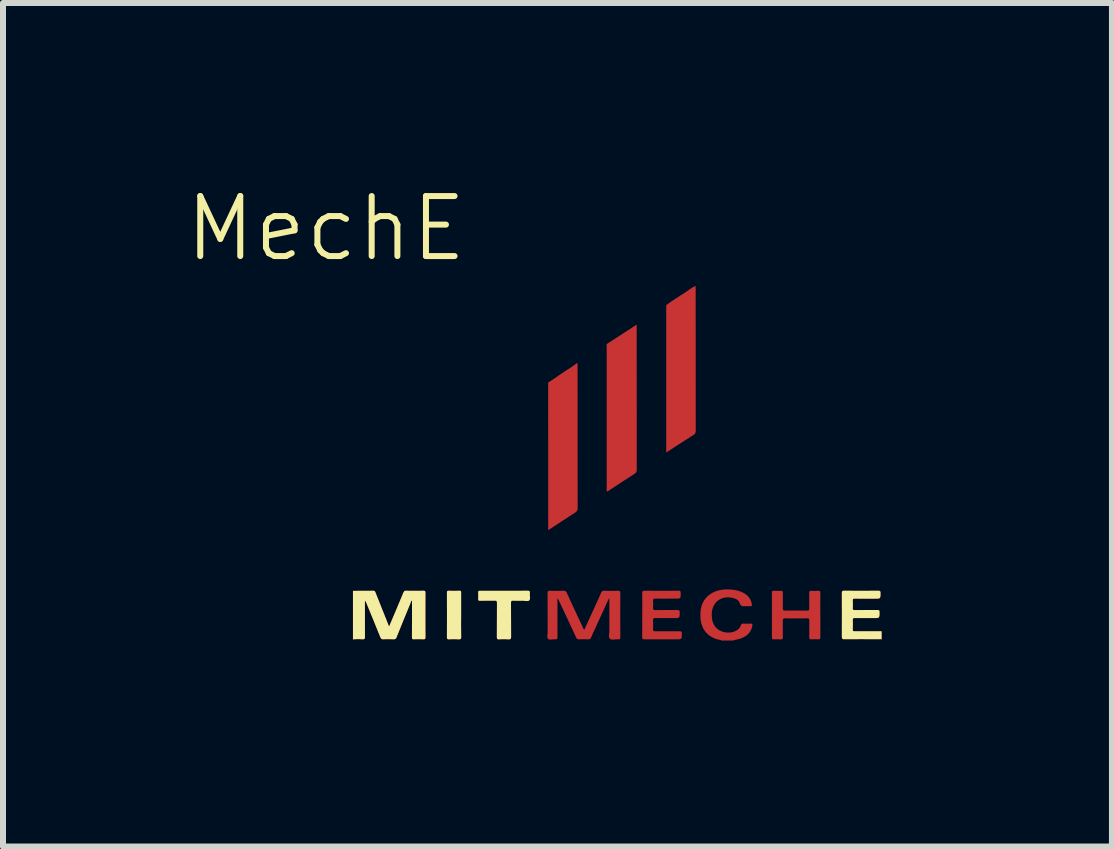
<source format=kicad_pcb>
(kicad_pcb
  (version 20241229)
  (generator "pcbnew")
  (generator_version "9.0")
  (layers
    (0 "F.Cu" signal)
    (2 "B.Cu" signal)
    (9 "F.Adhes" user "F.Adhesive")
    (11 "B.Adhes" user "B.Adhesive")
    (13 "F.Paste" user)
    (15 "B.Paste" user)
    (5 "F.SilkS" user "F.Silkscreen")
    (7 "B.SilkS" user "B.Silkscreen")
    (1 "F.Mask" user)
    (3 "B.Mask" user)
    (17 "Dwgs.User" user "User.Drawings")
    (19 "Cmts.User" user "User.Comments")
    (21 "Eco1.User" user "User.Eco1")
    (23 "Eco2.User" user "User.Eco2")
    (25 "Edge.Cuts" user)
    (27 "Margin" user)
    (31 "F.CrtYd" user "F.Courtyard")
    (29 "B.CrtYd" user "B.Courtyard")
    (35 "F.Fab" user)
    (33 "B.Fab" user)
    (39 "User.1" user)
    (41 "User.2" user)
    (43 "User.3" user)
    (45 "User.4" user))
  (footprint "MechE"
    (layer "F.Cu")
    (at 2.383 1.26)
    (property "Reference" "MechE" (at 0 -0.5 0) (unlocked yes) (layer "F.SilkS") (effects (font (size 1 1) (thickness 0.1))))
    (fp_poly (pts (xy 0.45 5.538) (xy 0.45 5.538) (xy 0.45 5.537)) (stroke (width 0) (type solid)) (fill yes) (layer "F.Cu"))
    (fp_poly (pts (xy 4.179 1.743) (xy 4.179 1.743) (xy 4.179 1.743)) (stroke (width 0) (type solid)) (fill yes) (layer "F.Cu"))
    (fp_poly (pts (xy 5.176 1.102) (xy 5.176 1.102) (xy 5.176 1.102)) (stroke (width 0) (type solid)) (fill yes) (layer "F.Cu"))
    (fp_poly (pts (xy 6.16 0.462) (xy 6.16 0.468) (xy 6.161 0.48) (xy 6.161 0.486) (xy 6.162 0.491) (xy 6.162 0.497) (xy 6.162 0.503) (xy 6.163 2.87) (xy 6.163 2.876) (xy 6.162 2.882) (xy 6.162 2.887) (xy 6.161 2.892) (xy 6.16 2.897) (xy 6.158 2.901) (xy 6.157 2.906) (xy 6.155 2.91) (xy 6.153 2.914) (xy 6.15 2.918) (xy 6.147 2.922) (xy 6.143 2.925) (xy 6.14 2.929) (xy 6.136 2.932) (xy 6.131 2.936) (xy 6.126 2.939) (xy 6.012 3.012) (xy 5.898 3.085) (xy 5.671 3.232) (xy 5.671 0.776) (xy 5.71 0.747) (xy 5.75 0.719) (xy 5.79 0.692) (xy 5.831 0.666) (xy 5.912 0.613) (xy 5.953 0.587) (xy 5.994 0.56) (xy 6.074 0.504) (xy 6.094 0.491) (xy 6.105 0.484) (xy 6.115 0.478) (xy 6.126 0.472) (xy 6.137 0.467) (xy 6.148 0.461) (xy 6.159 0.456)) (stroke (width 0) (type solid)) (fill yes) (layer "F.Cu"))
    (fp_poly (pts (xy 4.181 1.744) (xy 4.183 1.744) (xy 4.185 1.745) (xy 4.187 1.746) (xy 4.188 1.747) (xy 4.189 1.747) (xy 4.191 1.748) (xy 4.192 1.749) (xy 4.193 1.751) (xy 4.193 1.752) (xy 4.194 1.753) (xy 4.194 1.754) (xy 4.195 1.755) (xy 4.195 1.757) (xy 4.195 1.758) (xy 4.195 1.759) (xy 4.195 1.761) (xy 4.195 1.762) (xy 4.195 1.765) (xy 4.195 1.768) (xy 4.195 1.771) (xy 4.194 1.776) (xy 4.193 1.779) (xy 4.193 1.78) (xy 4.193 1.781) (xy 4.194 1.945) (xy 4.194 2.109) (xy 4.195 4.155) (xy 4.195 4.162) (xy 4.194 4.169) (xy 4.194 4.176) (xy 4.192 4.182) (xy 4.191 4.187) (xy 4.189 4.193) (xy 4.187 4.198) (xy 4.184 4.203) (xy 4.181 4.208) (xy 4.178 4.212) (xy 4.174 4.217) (xy 4.17 4.221) (xy 4.166 4.225) (xy 4.161 4.229) (xy 4.155 4.233) (xy 4.149 4.237) (xy 4.046 4.303) (xy 3.943 4.37) (xy 3.738 4.504) (xy 3.736 4.506) (xy 3.734 4.507) (xy 3.73 4.51) (xy 3.726 4.513) (xy 3.724 4.514) (xy 3.722 4.515) (xy 3.72 4.517) (xy 3.718 4.518) (xy 3.716 4.519) (xy 3.714 4.52) (xy 3.712 4.52) (xy 3.711 4.521) (xy 3.71 4.521) (xy 3.709 4.521) (xy 3.708 4.521) (xy 3.706 4.522) (xy 3.705 4.522) (xy 3.704 4.522) (xy 3.704 3.428) (xy 3.703 2.067) (xy 3.817 1.991) (xy 3.873 1.953) (xy 3.93 1.914) (xy 3.961 1.893) (xy 3.993 1.872) (xy 4.056 1.831) (xy 4.088 1.811) (xy 4.119 1.789) (xy 4.15 1.767) (xy 4.165 1.755) (xy 4.179 1.743)) (stroke (width 0) (type solid)) (fill yes) (layer "F.Cu"))
    (fp_poly (pts (xy 5.177 1.114) (xy 5.178 1.126) (xy 5.178 1.132) (xy 5.179 1.137) (xy 5.179 1.143) (xy 5.179 1.149) (xy 5.18 3.516) (xy 5.18 3.523) (xy 5.18 3.529) (xy 5.179 3.534) (xy 5.178 3.54) (xy 5.177 3.545) (xy 5.175 3.549) (xy 5.173 3.554) (xy 5.171 3.558) (xy 5.169 3.563) (xy 5.166 3.567) (xy 5.163 3.571) (xy 5.159 3.574) (xy 5.155 3.578) (xy 5.151 3.582) (xy 5.146 3.585) (xy 5.141 3.589) (xy 5.037 3.656) (xy 4.933 3.723) (xy 4.726 3.859) (xy 4.723 3.86) (xy 4.721 3.862) (xy 4.719 3.864) (xy 4.716 3.866) (xy 4.711 3.87) (xy 4.709 3.872) (xy 4.706 3.874) (xy 4.704 3.876) (xy 4.703 3.877) (xy 4.701 3.877) (xy 4.7 3.878) (xy 4.699 3.879) (xy 4.698 3.879) (xy 4.696 3.879) (xy 4.695 3.88) (xy 4.694 3.88) (xy 4.692 3.88) (xy 4.691 3.88) (xy 4.69 3.88) (xy 4.688 3.88) (xy 4.687 3.879) (xy 4.686 3.879) (xy 4.684 3.878) (xy 4.683 3.877) (xy 4.682 3.876) (xy 4.681 3.875) (xy 4.68 3.874) (xy 4.679 3.873) (xy 4.679 3.872) (xy 4.678 3.871) (xy 4.678 3.869) (xy 4.677 3.868) (xy 4.677 3.867) (xy 4.677 3.865) (xy 4.677 3.864) (xy 4.677 3.863) (xy 4.677 3.86) (xy 4.677 3.857) (xy 4.677 3.853) (xy 4.678 3.847) (xy 4.679 3.841) (xy 4.679 3.838) (xy 4.679 3.835) (xy 4.679 1.481) (xy 4.679 1.474) (xy 4.679 1.467) (xy 4.678 1.453) (xy 4.677 1.425) (xy 4.719 1.399) (xy 4.739 1.386) (xy 4.76 1.373) (xy 5.176 1.102)) (stroke (width 0) (type solid)) (fill yes) (layer "F.Cu"))
    (fp_poly (pts (xy 2.23 5.536) (xy 2.232 5.536) (xy 2.234 5.537) (xy 2.235 5.537) (xy 2.237 5.537) (xy 2.239 5.537) (xy 2.24 5.538) (xy 2.241 5.538) (xy 2.243 5.539) (xy 2.244 5.54) (xy 2.245 5.54) (xy 2.246 5.541) (xy 2.247 5.542) (xy 2.248 5.543) (xy 2.249 5.544) (xy 2.249 5.545) (xy 2.25 5.546) (xy 2.251 5.547) (xy 2.251 5.549) (xy 2.252 5.55) (xy 2.252 5.551) (xy 2.252 5.553) (xy 2.253 5.555) (xy 2.253 5.556) (xy 2.253 5.56) (xy 2.253 5.564) (xy 2.253 5.568) (xy 2.253 5.755) (xy 2.253 5.942) (xy 2.252 6.123) (xy 2.253 6.213) (xy 2.254 6.304) (xy 2.254 6.31) (xy 2.254 6.316) (xy 2.253 6.318) (xy 2.253 6.321) (xy 2.253 6.323) (xy 2.252 6.325) (xy 2.252 6.327) (xy 2.251 6.329) (xy 2.25 6.331) (xy 2.249 6.333) (xy 2.248 6.334) (xy 2.247 6.336) (xy 2.246 6.337) (xy 2.245 6.338) (xy 2.243 6.34) (xy 2.242 6.341) (xy 2.24 6.342) (xy 2.239 6.342) (xy 2.237 6.343) (xy 2.235 6.344) (xy 2.233 6.344) (xy 2.231 6.345) (xy 2.229 6.345) (xy 2.227 6.345) (xy 2.222 6.346) (xy 2.216 6.346) (xy 2.211 6.346) (xy 2.191 6.345) (xy 2.171 6.344) (xy 2.151 6.344) (xy 2.131 6.344) (xy 2.091 6.344) (xy 2.051 6.346) (xy 2.047 6.346) (xy 2.043 6.345) (xy 2.039 6.345) (xy 2.035 6.345) (xy 2.034 6.344) (xy 2.032 6.344) (xy 2.031 6.343) (xy 2.029 6.343) (xy 2.028 6.342) (xy 2.027 6.342) (xy 2.025 6.341) (xy 2.024 6.34) (xy 2.023 6.339) (xy 2.022 6.338) (xy 2.022 6.337) (xy 2.021 6.336) (xy 2.02 6.334) (xy 2.019 6.333) (xy 2.019 6.332) (xy 2.018 6.33) (xy 2.018 6.328) (xy 2.017 6.326) (xy 2.017 6.325) (xy 2.017 6.322) (xy 2.016 6.32) (xy 2.016 6.318) (xy 2.016 6.313) (xy 2.017 5.941) (xy 2.016 5.568) (xy 2.016 5.564) (xy 2.016 5.56) (xy 2.017 5.557) (xy 2.017 5.554) (xy 2.018 5.552) (xy 2.018 5.551) (xy 2.018 5.549) (xy 2.019 5.548) (xy 2.019 5.547) (xy 2.02 5.545) (xy 2.021 5.544) (xy 2.022 5.543) (xy 2.022 5.542) (xy 2.023 5.542) (xy 2.024 5.541) (xy 2.026 5.54) (xy 2.027 5.539) (xy 2.028 5.539) (xy 2.029 5.538) (xy 2.031 5.538) (xy 2.032 5.537) (xy 2.034 5.537) (xy 2.036 5.537) (xy 2.038 5.536) (xy 2.04 5.536) (xy 2.042 5.536) (xy 2.047 5.536) (xy 2.091 5.537) (xy 2.135 5.538) (xy 2.179 5.537) (xy 2.223 5.536) (xy 2.228 5.536)) (stroke (width 0) (type solid)) (fill yes) (layer "F.Cu"))
    (fp_poly (pts (xy 3.364 5.536) (xy 3.368 5.536) (xy 3.373 5.537) (xy 3.377 5.537) (xy 3.381 5.538) (xy 3.383 5.538) (xy 3.384 5.539) (xy 3.386 5.54) (xy 3.387 5.54) (xy 3.389 5.541) (xy 3.39 5.542) (xy 3.391 5.543) (xy 3.392 5.544) (xy 3.393 5.545) (xy 3.394 5.547) (xy 3.395 5.548) (xy 3.396 5.55) (xy 3.396 5.551) (xy 3.397 5.553) (xy 3.398 5.555) (xy 3.398 5.557) (xy 3.398 5.56) (xy 3.398 5.562) (xy 3.398 5.564) (xy 3.398 5.567) (xy 3.398 5.57) (xy 3.398 5.573) (xy 3.398 5.581) (xy 3.397 5.589) (xy 3.398 5.597) (xy 3.398 5.606) (xy 3.4 5.639) (xy 3.401 5.647) (xy 3.401 5.655) (xy 3.4 5.663) (xy 3.4 5.67) (xy 3.398 5.677) (xy 3.397 5.68) (xy 3.396 5.683) (xy 3.395 5.686) (xy 3.394 5.688) (xy 3.392 5.691) (xy 3.39 5.694) (xy 3.388 5.696) (xy 3.386 5.698) (xy 3.383 5.7) (xy 3.38 5.702) (xy 3.378 5.703) (xy 3.375 5.704) (xy 3.371 5.705) (xy 3.368 5.706) (xy 3.365 5.707) (xy 3.361 5.707) (xy 3.354 5.708) (xy 3.346 5.708) (xy 3.338 5.707) (xy 3.329 5.706) (xy 3.321 5.706) (xy 3.304 5.704) (xy 3.295 5.703) (xy 3.287 5.702) (xy 3.279 5.702) (xy 3.271 5.702) (xy 3.234 5.703) (xy 3.198 5.703) (xy 3.179 5.703) (xy 3.161 5.703) (xy 3.143 5.702) (xy 3.124 5.701) (xy 3.119 5.701) (xy 3.114 5.701) (xy 3.109 5.701) (xy 3.107 5.702) (xy 3.105 5.702) (xy 3.103 5.702) (xy 3.101 5.703) (xy 3.099 5.703) (xy 3.098 5.704) (xy 3.096 5.705) (xy 3.095 5.706) (xy 3.093 5.707) (xy 3.092 5.708) (xy 3.091 5.709) (xy 3.09 5.71) (xy 3.089 5.712) (xy 3.088 5.713) (xy 3.087 5.715) (xy 3.087 5.716) (xy 3.086 5.718) (xy 3.086 5.72) (xy 3.085 5.722) (xy 3.085 5.724) (xy 3.084 5.727) (xy 3.084 5.729) (xy 3.084 5.735) (xy 3.084 5.741) (xy 3.086 6.301) (xy 3.086 6.307) (xy 3.085 6.313) (xy 3.085 6.318) (xy 3.084 6.321) (xy 3.084 6.323) (xy 3.083 6.325) (xy 3.083 6.327) (xy 3.082 6.329) (xy 3.081 6.331) (xy 3.08 6.333) (xy 3.079 6.334) (xy 3.078 6.336) (xy 3.077 6.337) (xy 3.076 6.339) (xy 3.074 6.34) (xy 3.073 6.341) (xy 3.071 6.342) (xy 3.069 6.343) (xy 3.067 6.343) (xy 3.065 6.344) (xy 3.063 6.345) (xy 3.061 6.345) (xy 3.058 6.345) (xy 3.056 6.346) (xy 3.053 6.346) (xy 3.047 6.346) (xy 3.041 6.346) (xy 3.021 6.345) (xy 3.002 6.344) (xy 2.983 6.344) (xy 2.963 6.344) (xy 2.944 6.344) (xy 2.925 6.344) (xy 2.905 6.345) (xy 2.886 6.346) (xy 2.88 6.346) (xy 2.878 6.346) (xy 2.875 6.346) (xy 2.873 6.346) (xy 2.871 6.345) (xy 2.869 6.345) (xy 2.867 6.345) (xy 2.865 6.344) (xy 2.863 6.343) (xy 2.862 6.343) (xy 2.86 6.342) (xy 2.859 6.341) (xy 2.857 6.34) (xy 2.856 6.339) (xy 2.855 6.338) (xy 2.854 6.337) (xy 2.853 6.336) (xy 2.853 6.334) (xy 2.852 6.333) (xy 2.851 6.331) (xy 2.851 6.329) (xy 2.85 6.328) (xy 2.85 6.326) (xy 2.849 6.324) (xy 2.849 6.322) (xy 2.848 6.317) (xy 2.848 6.312) (xy 2.848 6.307) (xy 2.85 5.739) (xy 2.849 5.733) (xy 2.849 5.728) (xy 2.849 5.726) (xy 2.849 5.724) (xy 2.848 5.722) (xy 2.848 5.72) (xy 2.847 5.718) (xy 2.847 5.716) (xy 2.846 5.714) (xy 2.845 5.713) (xy 2.845 5.712) (xy 2.844 5.71) (xy 2.843 5.709) (xy 2.842 5.708) (xy 2.84 5.707) (xy 2.839 5.706) (xy 2.838 5.705) (xy 2.837 5.705) (xy 2.835 5.704) (xy 2.833 5.704) (xy 2.832 5.703) (xy 2.83 5.703) (xy 2.828 5.702) (xy 2.826 5.702) (xy 2.822 5.702) (xy 2.817 5.701) (xy 2.811 5.702) (xy 2.75 5.702) (xy 2.689 5.702) (xy 2.627 5.702) (xy 2.566 5.703) (xy 2.562 5.703) (xy 2.558 5.703) (xy 2.556 5.702) (xy 2.554 5.702) (xy 2.553 5.702) (xy 2.551 5.702) (xy 2.55 5.701) (xy 2.549 5.701) (xy 2.547 5.7) (xy 2.546 5.7) (xy 2.545 5.699) (xy 2.544 5.698) (xy 2.543 5.698) (xy 2.542 5.697) (xy 2.542 5.696) (xy 2.541 5.695) (xy 2.54 5.694) (xy 2.54 5.693) (xy 2.539 5.692) (xy 2.539 5.691) (xy 2.538 5.689) (xy 2.538 5.688) (xy 2.538 5.686) (xy 2.537 5.685) (xy 2.537 5.683) (xy 2.537 5.682) (xy 2.537 5.678) (xy 2.537 5.674) (xy 2.538 5.661) (xy 2.538 5.647) (xy 2.538 5.634) (xy 2.539 5.62) (xy 2.539 5.607) (xy 2.538 5.593) (xy 2.538 5.58) (xy 2.537 5.566) (xy 2.537 5.564) (xy 2.537 5.562) (xy 2.537 5.559) (xy 2.537 5.557) (xy 2.537 5.556) (xy 2.537 5.554) (xy 2.538 5.552) (xy 2.538 5.551) (xy 2.539 5.549) (xy 2.539 5.548) (xy 2.54 5.546) (xy 2.541 5.545) (xy 2.541 5.544) (xy 2.542 5.543) (xy 2.543 5.542) (xy 2.544 5.542) (xy 2.545 5.541) (xy 2.546 5.54) (xy 2.548 5.54) (xy 2.549 5.539) (xy 2.55 5.539) (xy 2.552 5.538) (xy 2.553 5.538) (xy 2.555 5.538) (xy 2.558 5.537) (xy 2.561 5.537) (xy 2.565 5.537) (xy 2.569 5.537) (xy 2.768 5.537) (xy 2.966 5.537) (xy 2.966 5.537) (xy 3.162 5.537) (xy 3.359 5.536)) (stroke (width 0) (type solid)) (fill yes) (layer "F.Cu"))
    (fp_poly (pts (xy 1.335 5.536) (xy 1.408 5.537) (xy 1.48 5.537) (xy 1.552 5.537) (xy 1.625 5.536) (xy 1.629 5.536) (xy 1.632 5.536) (xy 1.634 5.536) (xy 1.636 5.536) (xy 1.638 5.537) (xy 1.64 5.537) (xy 1.641 5.537) (xy 1.643 5.538) (xy 1.644 5.538) (xy 1.646 5.539) (xy 1.647 5.54) (xy 1.648 5.54) (xy 1.649 5.541) (xy 1.65 5.542) (xy 1.651 5.543) (xy 1.652 5.544) (xy 1.653 5.545) (xy 1.654 5.547) (xy 1.654 5.548) (xy 1.655 5.549) (xy 1.655 5.551) (xy 1.656 5.552) (xy 1.656 5.554) (xy 1.657 5.556) (xy 1.657 5.557) (xy 1.657 5.561) (xy 1.658 5.566) (xy 1.658 5.57) (xy 1.657 5.941) (xy 1.658 6.312) (xy 1.658 6.317) (xy 1.657 6.321) (xy 1.657 6.323) (xy 1.657 6.325) (xy 1.656 6.327) (xy 1.656 6.329) (xy 1.655 6.33) (xy 1.655 6.332) (xy 1.654 6.333) (xy 1.653 6.335) (xy 1.653 6.336) (xy 1.652 6.337) (xy 1.651 6.338) (xy 1.65 6.339) (xy 1.649 6.34) (xy 1.648 6.341) (xy 1.646 6.342) (xy 1.645 6.342) (xy 1.644 6.343) (xy 1.642 6.343) (xy 1.641 6.344) (xy 1.639 6.344) (xy 1.637 6.345) (xy 1.636 6.345) (xy 1.632 6.345) (xy 1.628 6.345) (xy 1.623 6.345) (xy 1.584 6.344) (xy 1.545 6.344) (xy 1.526 6.344) (xy 1.506 6.344) (xy 1.487 6.344) (xy 1.468 6.345) (xy 1.465 6.345) (xy 1.462 6.345) (xy 1.46 6.345) (xy 1.457 6.345) (xy 1.455 6.345) (xy 1.453 6.345) (xy 1.451 6.344) (xy 1.449 6.344) (xy 1.448 6.343) (xy 1.446 6.343) (xy 1.445 6.342) (xy 1.443 6.341) (xy 1.442 6.34) (xy 1.441 6.339) (xy 1.44 6.338) (xy 1.439 6.337) (xy 1.438 6.336) (xy 1.437 6.335) (xy 1.437 6.333) (xy 1.436 6.332) (xy 1.435 6.33) (xy 1.435 6.329) (xy 1.434 6.327) (xy 1.434 6.325) (xy 1.434 6.322) (xy 1.433 6.317) (xy 1.433 6.313) (xy 1.433 6.308) (xy 1.434 6.013) (xy 1.434 5.717) (xy 1.434 5.698) (xy 1.432 5.699) (xy 1.43 5.7) (xy 1.429 5.702) (xy 1.428 5.703) (xy 1.426 5.704) (xy 1.425 5.705) (xy 1.424 5.706) (xy 1.423 5.708) (xy 1.422 5.709) (xy 1.421 5.71) (xy 1.419 5.713) (xy 1.418 5.716) (xy 1.417 5.719) (xy 1.415 5.722) (xy 1.414 5.725) (xy 1.412 5.731) (xy 1.411 5.736) (xy 1.41 5.739) (xy 1.409 5.742) (xy 1.292 6.026) (xy 1.177 6.31) (xy 1.175 6.315) (xy 1.174 6.319) (xy 1.172 6.323) (xy 1.169 6.326) (xy 1.168 6.328) (xy 1.167 6.33) (xy 1.166 6.331) (xy 1.165 6.333) (xy 1.163 6.334) (xy 1.162 6.335) (xy 1.161 6.336) (xy 1.159 6.337) (xy 1.158 6.338) (xy 1.156 6.339) (xy 1.155 6.34) (xy 1.153 6.341) (xy 1.152 6.342) (xy 1.15 6.342) (xy 1.148 6.343) (xy 1.146 6.344) (xy 1.144 6.344) (xy 1.142 6.344) (xy 1.14 6.345) (xy 1.138 6.345) (xy 1.136 6.345) (xy 1.133 6.345) (xy 1.128 6.345) (xy 1.085 6.344) (xy 1.042 6.343) (xy 0.999 6.344) (xy 0.977 6.344) (xy 0.956 6.345) (xy 0.951 6.345) (xy 0.946 6.345) (xy 0.944 6.345) (xy 0.941 6.344) (xy 0.939 6.344) (xy 0.937 6.343) (xy 0.936 6.343) (xy 0.934 6.342) (xy 0.932 6.342) (xy 0.93 6.341) (xy 0.929 6.34) (xy 0.927 6.339) (xy 0.926 6.338) (xy 0.924 6.337) (xy 0.923 6.336) (xy 0.921 6.335) (xy 0.92 6.334) (xy 0.919 6.332) (xy 0.917 6.329) (xy 0.914 6.326) (xy 0.912 6.322) (xy 0.91 6.319) (xy 0.908 6.315) (xy 0.906 6.31) (xy 0.791 6.026) (xy 0.674 5.742) (xy 0.672 5.737) (xy 0.67 5.731) (xy 0.667 5.726) (xy 0.666 5.724) (xy 0.665 5.721) (xy 0.663 5.718) (xy 0.661 5.716) (xy 0.66 5.713) (xy 0.658 5.711) (xy 0.656 5.708) (xy 0.654 5.706) (xy 0.651 5.703) (xy 0.649 5.701) (xy 0.649 5.783) (xy 0.649 6.042) (xy 0.649 6.171) (xy 0.65 6.301) (xy 0.65 6.307) (xy 0.65 6.313) (xy 0.649 6.316) (xy 0.649 6.319) (xy 0.649 6.321) (xy 0.648 6.324) (xy 0.648 6.326) (xy 0.647 6.328) (xy 0.646 6.33) (xy 0.645 6.331) (xy 0.644 6.333) (xy 0.643 6.335) (xy 0.642 6.336) (xy 0.641 6.337) (xy 0.639 6.338) (xy 0.638 6.34) (xy 0.636 6.34) (xy 0.635 6.341) (xy 0.633 6.342) (xy 0.631 6.343) (xy 0.629 6.343) (xy 0.627 6.344) (xy 0.624 6.344) (xy 0.622 6.345) (xy 0.617 6.345) (xy 0.611 6.345) (xy 0.605 6.345) (xy 0.566 6.343) (xy 0.547 6.343) (xy 0.527 6.343) (xy 0.508 6.343) (xy 0.489 6.344) (xy 0.479 6.344) (xy 0.469 6.345) (xy 0.459 6.346) (xy 0.45 6.348) (xy 0.45 5.538) (xy 0.618 5.537) (xy 0.702 5.537) (xy 0.786 5.536) (xy 0.789 5.536) (xy 0.791 5.536) (xy 0.793 5.536) (xy 0.795 5.536) (xy 0.797 5.537) (xy 0.799 5.537) (xy 0.801 5.538) (xy 0.803 5.538) (xy 0.805 5.539) (xy 0.806 5.54) (xy 0.808 5.54) (xy 0.809 5.541) (xy 0.811 5.542) (xy 0.812 5.543) (xy 0.813 5.544) (xy 0.814 5.545) (xy 0.815 5.547) (xy 0.816 5.548) (xy 0.818 5.55) (xy 0.82 5.553) (xy 0.822 5.556) (xy 0.823 5.559) (xy 0.825 5.563) (xy 0.827 5.569) (xy 1.037 6.096) (xy 1.04 6.103) (xy 1.043 6.112) (xy 1.052 6.133) (xy 1.149 5.905) (xy 1.22 5.736) (xy 1.256 5.65) (xy 1.291 5.565) (xy 1.293 5.561) (xy 1.295 5.558) (xy 1.297 5.554) (xy 1.297 5.553) (xy 1.298 5.551) (xy 1.3 5.55) (xy 1.301 5.548) (xy 1.302 5.547) (xy 1.303 5.546) (xy 1.304 5.545) (xy 1.305 5.544) (xy 1.306 5.543) (xy 1.308 5.542) (xy 1.309 5.541) (xy 1.31 5.54) (xy 1.312 5.54) (xy 1.313 5.539) (xy 1.315 5.538) (xy 1.316 5.538) (xy 1.318 5.537) (xy 1.32 5.537) (xy 1.321 5.537) (xy 1.323 5.536) (xy 1.327 5.536) (xy 1.331 5.536)) (stroke (width 0) (type solid)) (fill yes) (layer "F.Cu"))
    (fp_poly (pts (xy 9.209 5.536) (xy 9.214 5.536) (xy 9.217 5.536) (xy 9.219 5.537) (xy 9.221 5.537) (xy 9.223 5.537) (xy 9.225 5.538) (xy 9.227 5.539) (xy 9.229 5.539) (xy 9.23 5.54) (xy 9.232 5.541) (xy 9.233 5.542) (xy 9.235 5.543) (xy 9.236 5.544) (xy 9.237 5.545) (xy 9.238 5.547) (xy 9.239 5.548) (xy 9.239 5.55) (xy 9.24 5.551) (xy 9.241 5.553) (xy 9.241 5.555) (xy 9.242 5.557) (xy 9.242 5.559) (xy 9.242 5.561) (xy 9.243 5.566) (xy 9.243 5.571) (xy 9.243 5.577) (xy 9.242 5.607) (xy 9.242 5.619) (xy 9.241 5.629) (xy 9.24 5.634) (xy 9.239 5.638) (xy 9.238 5.642) (xy 9.237 5.645) (xy 9.236 5.649) (xy 9.235 5.651) (xy 9.233 5.654) (xy 9.231 5.656) (xy 9.229 5.658) (xy 9.226 5.66) (xy 9.223 5.662) (xy 9.22 5.663) (xy 9.216 5.664) (xy 9.213 5.665) (xy 9.208 5.666) (xy 9.204 5.666) (xy 9.193 5.667) (xy 9.181 5.667) (xy 9.151 5.668) (xy 8.982 5.668) (xy 8.898 5.668) (xy 8.814 5.667) (xy 8.809 5.667) (xy 8.805 5.667) (xy 8.801 5.668) (xy 8.799 5.668) (xy 8.797 5.668) (xy 8.796 5.669) (xy 8.794 5.669) (xy 8.793 5.67) (xy 8.791 5.671) (xy 8.79 5.671) (xy 8.789 5.672) (xy 8.788 5.673) (xy 8.787 5.674) (xy 8.786 5.675) (xy 8.785 5.676) (xy 8.784 5.677) (xy 8.783 5.678) (xy 8.783 5.68) (xy 8.782 5.681) (xy 8.782 5.683) (xy 8.781 5.684) (xy 8.781 5.686) (xy 8.781 5.688) (xy 8.78 5.69) (xy 8.78 5.692) (xy 8.78 5.696) (xy 8.78 5.701) (xy 8.781 5.716) (xy 8.781 5.732) (xy 8.782 5.748) (xy 8.782 5.763) (xy 8.782 5.779) (xy 8.782 5.794) (xy 8.781 5.81) (xy 8.78 5.826) (xy 8.78 5.828) (xy 8.78 5.831) (xy 8.78 5.833) (xy 8.78 5.835) (xy 8.78 5.837) (xy 8.781 5.839) (xy 8.781 5.841) (xy 8.781 5.843) (xy 8.782 5.844) (xy 8.782 5.846) (xy 8.783 5.847) (xy 8.784 5.848) (xy 8.785 5.849) (xy 8.785 5.851) (xy 8.786 5.852) (xy 8.787 5.852) (xy 8.788 5.853) (xy 8.79 5.854) (xy 8.791 5.855) (xy 8.792 5.855) (xy 8.794 5.856) (xy 8.795 5.856) (xy 8.797 5.857) (xy 8.798 5.857) (xy 8.802 5.857) (xy 8.806 5.858) (xy 8.81 5.858) (xy 8.815 5.858) (xy 9.19 5.857) (xy 9.195 5.857) (xy 9.2 5.857) (xy 9.204 5.858) (xy 9.206 5.858) (xy 9.208 5.858) (xy 9.209 5.859) (xy 9.211 5.859) (xy 9.213 5.86) (xy 9.214 5.861) (xy 9.215 5.861) (xy 9.217 5.862) (xy 9.218 5.863) (xy 9.219 5.864) (xy 9.22 5.865) (xy 9.221 5.866) (xy 9.221 5.867) (xy 9.222 5.869) (xy 9.223 5.87) (xy 9.223 5.872) (xy 9.224 5.873) (xy 9.224 5.875) (xy 9.225 5.877) (xy 9.225 5.879) (xy 9.226 5.883) (xy 9.226 5.888) (xy 9.226 5.893) (xy 9.226 5.925) (xy 9.225 5.939) (xy 9.225 5.95) (xy 9.224 5.955) (xy 9.223 5.959) (xy 9.222 5.964) (xy 9.221 5.967) (xy 9.22 5.971) (xy 9.218 5.974) (xy 9.216 5.977) (xy 9.214 5.979) (xy 9.212 5.981) (xy 9.209 5.983) (xy 9.206 5.985) (xy 9.203 5.986) (xy 9.199 5.987) (xy 9.195 5.988) (xy 9.19 5.989) (xy 9.185 5.99) (xy 9.174 5.991) (xy 9.161 5.991) (xy 9.128 5.991) (xy 8.973 5.992) (xy 8.895 5.992) (xy 8.817 5.991) (xy 8.812 5.991) (xy 8.808 5.991) (xy 8.804 5.992) (xy 8.8 5.992) (xy 8.798 5.993) (xy 8.796 5.993) (xy 8.795 5.994) (xy 8.793 5.994) (xy 8.792 5.995) (xy 8.791 5.996) (xy 8.789 5.997) (xy 8.788 5.997) (xy 8.787 5.998) (xy 8.786 6) (xy 8.785 6.001) (xy 8.784 6.002) (xy 8.783 6.004) (xy 8.783 6.005) (xy 8.782 6.007) (xy 8.782 6.008) (xy 8.781 6.01) (xy 8.781 6.012) (xy 8.781 6.014) (xy 8.78 6.016) (xy 8.78 6.019) (xy 8.78 6.021) (xy 8.78 6.026) (xy 8.781 6.046) (xy 8.782 6.065) (xy 8.782 6.085) (xy 8.782 6.104) (xy 8.781 6.143) (xy 8.78 6.181) (xy 8.78 6.184) (xy 8.78 6.186) (xy 8.78 6.188) (xy 8.78 6.19) (xy 8.781 6.192) (xy 8.781 6.194) (xy 8.781 6.196) (xy 8.782 6.197) (xy 8.782 6.199) (xy 8.783 6.2) (xy 8.783 6.201) (xy 8.784 6.202) (xy 8.785 6.204) (xy 8.785 6.205) (xy 8.786 6.206) (xy 8.787 6.206) (xy 8.788 6.207) (xy 8.789 6.208) (xy 8.791 6.209) (xy 8.792 6.209) (xy 8.793 6.21) (xy 8.794 6.21) (xy 8.796 6.21) (xy 8.797 6.211) (xy 8.801 6.211) (xy 8.804 6.212) (xy 8.808 6.212) (xy 8.812 6.212) (xy 9.261 6.211) (xy 9.261 6.349) (xy 9.261 6.348) (xy 9.26 6.348) (xy 9.258 6.347) (xy 9.257 6.346) (xy 9.256 6.346) (xy 9.253 6.345) (xy 9.25 6.344) (xy 9.247 6.343) (xy 9.244 6.343) (xy 9.241 6.343) (xy 9.238 6.343) (xy 9.215 6.344) (xy 8.928 6.343) (xy 8.641 6.344) (xy 8.635 6.344) (xy 8.629 6.344) (xy 8.627 6.344) (xy 8.624 6.343) (xy 8.622 6.343) (xy 8.62 6.343) (xy 8.618 6.342) (xy 8.616 6.341) (xy 8.614 6.341) (xy 8.612 6.34) (xy 8.611 6.339) (xy 8.609 6.338) (xy 8.608 6.337) (xy 8.607 6.336) (xy 8.606 6.334) (xy 8.605 6.333) (xy 8.604 6.331) (xy 8.603 6.33) (xy 8.602 6.328) (xy 8.601 6.326) (xy 8.601 6.324) (xy 8.6 6.322) (xy 8.6 6.32) (xy 8.599 6.318) (xy 8.599 6.313) (xy 8.598 6.307) (xy 8.598 6.301) (xy 8.599 5.939) (xy 8.598 5.577) (xy 8.598 5.572) (xy 8.599 5.567) (xy 8.599 5.562) (xy 8.6 5.558) (xy 8.6 5.556) (xy 8.601 5.554) (xy 8.601 5.552) (xy 8.602 5.55) (xy 8.603 5.549) (xy 8.603 5.547) (xy 8.604 5.546) (xy 8.605 5.545) (xy 8.606 5.544) (xy 8.608 5.542) (xy 8.609 5.541) (xy 8.61 5.541) (xy 8.612 5.54) (xy 8.614 5.539) (xy 8.615 5.538) (xy 8.617 5.538) (xy 8.619 5.537) (xy 8.622 5.537) (xy 8.624 5.536) (xy 8.626 5.536) (xy 8.632 5.536) (xy 8.638 5.536) (xy 8.92 5.537) (xy 9.203 5.536)) (stroke (width 0) (type solid)) (fill yes) (layer "F.Cu"))
    (fp_poly (pts (xy 5.878 5.536) (xy 5.883 5.536) (xy 5.888 5.537) (xy 5.892 5.538) (xy 5.894 5.538) (xy 5.895 5.539) (xy 5.897 5.539) (xy 5.899 5.54) (xy 5.9 5.541) (xy 5.901 5.541) (xy 5.903 5.542) (xy 5.904 5.543) (xy 5.905 5.544) (xy 5.906 5.545) (xy 5.907 5.547) (xy 5.908 5.548) (xy 5.909 5.55) (xy 5.909 5.551) (xy 5.91 5.553) (xy 5.911 5.555) (xy 5.911 5.557) (xy 5.912 5.559) (xy 5.912 5.561) (xy 5.912 5.563) (xy 5.913 5.568) (xy 5.913 5.574) (xy 5.912 5.605) (xy 5.912 5.617) (xy 5.911 5.628) (xy 5.911 5.633) (xy 5.91 5.637) (xy 5.909 5.641) (xy 5.908 5.645) (xy 5.907 5.648) (xy 5.905 5.651) (xy 5.903 5.653) (xy 5.901 5.656) (xy 5.899 5.658) (xy 5.897 5.66) (xy 5.894 5.661) (xy 5.891 5.662) (xy 5.887 5.664) (xy 5.883 5.665) (xy 5.879 5.665) (xy 5.875 5.666) (xy 5.864 5.667) (xy 5.852 5.667) (xy 5.822 5.667) (xy 5.658 5.668) (xy 5.576 5.668) (xy 5.494 5.667) (xy 5.488 5.667) (xy 5.482 5.667) (xy 5.479 5.667) (xy 5.477 5.668) (xy 5.474 5.668) (xy 5.472 5.668) (xy 5.47 5.669) (xy 5.468 5.67) (xy 5.466 5.671) (xy 5.465 5.671) (xy 5.463 5.672) (xy 5.461 5.674) (xy 5.46 5.675) (xy 5.459 5.676) (xy 5.458 5.677) (xy 5.456 5.679) (xy 5.455 5.68) (xy 5.455 5.682) (xy 5.454 5.684) (xy 5.453 5.686) (xy 5.453 5.688) (xy 5.452 5.69) (xy 5.452 5.692) (xy 5.452 5.694) (xy 5.451 5.697) (xy 5.451 5.699) (xy 5.451 5.705) (xy 5.451 5.711) (xy 5.452 5.724) (xy 5.453 5.737) (xy 5.453 5.75) (xy 5.454 5.763) (xy 5.454 5.776) (xy 5.453 5.788) (xy 5.452 5.801) (xy 5.451 5.814) (xy 5.451 5.818) (xy 5.451 5.821) (xy 5.451 5.824) (xy 5.451 5.827) (xy 5.451 5.83) (xy 5.451 5.832) (xy 5.452 5.835) (xy 5.452 5.837) (xy 5.453 5.839) (xy 5.454 5.841) (xy 5.455 5.843) (xy 5.456 5.845) (xy 5.457 5.847) (xy 5.458 5.848) (xy 5.459 5.849) (xy 5.461 5.851) (xy 5.462 5.852) (xy 5.464 5.853) (xy 5.465 5.854) (xy 5.467 5.855) (xy 5.469 5.855) (xy 5.471 5.856) (xy 5.474 5.857) (xy 5.476 5.857) (xy 5.481 5.858) (xy 5.486 5.858) (xy 5.492 5.858) (xy 5.498 5.858) (xy 5.852 5.857) (xy 5.858 5.857) (xy 5.863 5.857) (xy 5.868 5.858) (xy 5.872 5.858) (xy 5.874 5.859) (xy 5.876 5.859) (xy 5.878 5.86) (xy 5.88 5.86) (xy 5.882 5.861) (xy 5.883 5.862) (xy 5.885 5.863) (xy 5.886 5.864) (xy 5.888 5.865) (xy 5.889 5.866) (xy 5.89 5.868) (xy 5.891 5.869) (xy 5.892 5.871) (xy 5.893 5.873) (xy 5.893 5.875) (xy 5.894 5.877) (xy 5.895 5.879) (xy 5.895 5.881) (xy 5.896 5.884) (xy 5.896 5.886) (xy 5.896 5.889) (xy 5.896 5.892) (xy 5.896 5.899) (xy 5.895 5.929) (xy 5.895 5.942) (xy 5.894 5.952) (xy 5.893 5.957) (xy 5.893 5.961) (xy 5.892 5.965) (xy 5.89 5.969) (xy 5.889 5.972) (xy 5.888 5.975) (xy 5.886 5.978) (xy 5.884 5.98) (xy 5.882 5.982) (xy 5.879 5.984) (xy 5.876 5.986) (xy 5.873 5.987) (xy 5.87 5.988) (xy 5.866 5.989) (xy 5.862 5.99) (xy 5.857 5.99) (xy 5.847 5.991) (xy 5.835 5.992) (xy 5.805 5.992) (xy 5.649 5.992) (xy 5.572 5.992) (xy 5.494 5.991) (xy 5.489 5.991) (xy 5.483 5.991) (xy 5.479 5.992) (xy 5.474 5.992) (xy 5.472 5.993) (xy 5.47 5.993) (xy 5.468 5.994) (xy 5.467 5.995) (xy 5.465 5.995) (xy 5.463 5.996) (xy 5.462 5.997) (xy 5.461 5.998) (xy 5.459 5.999) (xy 5.458 6.001) (xy 5.457 6.002) (xy 5.456 6.004) (xy 5.455 6.005) (xy 5.454 6.007) (xy 5.454 6.009) (xy 5.453 6.011) (xy 5.453 6.013) (xy 5.452 6.015) (xy 5.452 6.017) (xy 5.452 6.02) (xy 5.451 6.023) (xy 5.451 6.025) (xy 5.451 6.031) (xy 5.452 6.049) (xy 5.453 6.067) (xy 5.453 6.085) (xy 5.453 6.103) (xy 5.453 6.12) (xy 5.453 6.138) (xy 5.452 6.156) (xy 5.451 6.174) (xy 5.451 6.179) (xy 5.451 6.182) (xy 5.451 6.184) (xy 5.452 6.187) (xy 5.452 6.189) (xy 5.452 6.191) (xy 5.453 6.193) (xy 5.453 6.195) (xy 5.454 6.196) (xy 5.455 6.198) (xy 5.455 6.2) (xy 5.456 6.201) (xy 5.457 6.202) (xy 5.458 6.204) (xy 5.459 6.205) (xy 5.461 6.206) (xy 5.462 6.207) (xy 5.463 6.208) (xy 5.465 6.208) (xy 5.467 6.209) (xy 5.468 6.21) (xy 5.47 6.21) (xy 5.472 6.211) (xy 5.474 6.211) (xy 5.476 6.211) (xy 5.481 6.212) (xy 5.486 6.212) (xy 5.491 6.212) (xy 5.888 6.211) (xy 5.894 6.211) (xy 5.899 6.211) (xy 5.904 6.212) (xy 5.906 6.212) (xy 5.909 6.212) (xy 5.911 6.213) (xy 5.913 6.213) (xy 5.915 6.214) (xy 5.916 6.215) (xy 5.918 6.216) (xy 5.92 6.217) (xy 5.921 6.218) (xy 5.922 6.219) (xy 5.924 6.22) (xy 5.925 6.221) (xy 5.926 6.223) (xy 5.927 6.224) (xy 5.928 6.226) (xy 5.928 6.228) (xy 5.929 6.23) (xy 5.93 6.232) (xy 5.93 6.234) (xy 5.931 6.236) (xy 5.931 6.239) (xy 5.931 6.241) (xy 5.931 6.247) (xy 5.931 6.253) (xy 5.931 6.284) (xy 5.93 6.296) (xy 5.929 6.307) (xy 5.929 6.311) (xy 5.928 6.316) (xy 5.927 6.32) (xy 5.926 6.323) (xy 5.924 6.326) (xy 5.923 6.329) (xy 5.921 6.332) (xy 5.919 6.334) (xy 5.917 6.336) (xy 5.914 6.338) (xy 5.911 6.34) (xy 5.908 6.341) (xy 5.905 6.342) (xy 5.901 6.343) (xy 5.897 6.344) (xy 5.892 6.344) (xy 5.881 6.345) (xy 5.869 6.346) (xy 5.839 6.346) (xy 5.575 6.346) (xy 5.312 6.346) (xy 5.306 6.346) (xy 5.301 6.346) (xy 5.296 6.345) (xy 5.294 6.345) (xy 5.292 6.345) (xy 5.29 6.344) (xy 5.288 6.344) (xy 5.287 6.343) (xy 5.285 6.342) (xy 5.283 6.341) (xy 5.282 6.34) (xy 5.28 6.339) (xy 5.279 6.338) (xy 5.278 6.337) (xy 5.277 6.336) (xy 5.276 6.334) (xy 5.275 6.333) (xy 5.274 6.331) (xy 5.273 6.33) (xy 5.273 6.328) (xy 5.272 6.326) (xy 5.272 6.324) (xy 5.271 6.322) (xy 5.271 6.319) (xy 5.271 6.317) (xy 5.27 6.311) (xy 5.27 6.306) (xy 5.271 6.215) (xy 5.271 6.124) (xy 5.271 5.943) (xy 5.272 5.943) (xy 5.272 5.76) (xy 5.272 5.668) (xy 5.271 5.577) (xy 5.271 5.571) (xy 5.271 5.565) (xy 5.271 5.563) (xy 5.272 5.561) (xy 5.272 5.558) (xy 5.273 5.556) (xy 5.273 5.554) (xy 5.274 5.553) (xy 5.275 5.551) (xy 5.275 5.549) (xy 5.276 5.548) (xy 5.277 5.546) (xy 5.278 5.545) (xy 5.28 5.544) (xy 5.281 5.543) (xy 5.282 5.542) (xy 5.284 5.541) (xy 5.285 5.54) (xy 5.287 5.54) (xy 5.289 5.539) (xy 5.291 5.538) (xy 5.293 5.538) (xy 5.295 5.537) (xy 5.297 5.537) (xy 5.302 5.537) (xy 5.307 5.536) (xy 5.312 5.536) (xy 5.593 5.537) (xy 5.873 5.536)) (stroke (width 0) (type solid)) (fill yes) (layer "F.Cu"))
    (fp_poly (pts (xy 3.734 5.536) (xy 3.789 5.538) (xy 3.844 5.538) (xy 3.899 5.538) (xy 3.954 5.536) (xy 3.959 5.536) (xy 3.965 5.536) (xy 3.97 5.537) (xy 3.975 5.537) (xy 3.979 5.539) (xy 3.981 5.539) (xy 3.984 5.54) (xy 3.986 5.541) (xy 3.988 5.542) (xy 3.989 5.543) (xy 3.991 5.544) (xy 3.993 5.545) (xy 3.995 5.546) (xy 3.997 5.547) (xy 3.998 5.549) (xy 4 5.55) (xy 4.001 5.552) (xy 4.004 5.556) (xy 4.007 5.56) (xy 4.01 5.564) (xy 4.013 5.569) (xy 4.015 5.574) (xy 4.147 5.859) (xy 4.28 6.144) (xy 4.281 6.147) (xy 4.282 6.149) (xy 4.284 6.155) (xy 4.287 6.16) (xy 4.288 6.163) (xy 4.289 6.166) (xy 4.291 6.169) (xy 4.292 6.171) (xy 4.294 6.174) (xy 4.296 6.176) (xy 4.298 6.179) (xy 4.299 6.18) (xy 4.301 6.181) (xy 4.302 6.182) (xy 4.303 6.184) (xy 4.305 6.185) (xy 4.306 6.186) (xy 4.437 5.9) (xy 4.512 5.735) (xy 4.549 5.653) (xy 4.586 5.57) (xy 4.588 5.566) (xy 4.59 5.562) (xy 4.592 5.558) (xy 4.595 5.555) (xy 4.596 5.553) (xy 4.597 5.552) (xy 4.598 5.55) (xy 4.599 5.549) (xy 4.601 5.547) (xy 4.602 5.546) (xy 4.604 5.545) (xy 4.605 5.544) (xy 4.607 5.543) (xy 4.608 5.542) (xy 4.61 5.541) (xy 4.611 5.54) (xy 4.613 5.54) (xy 4.615 5.539) (xy 4.617 5.538) (xy 4.619 5.538) (xy 4.621 5.537) (xy 4.623 5.537) (xy 4.625 5.537) (xy 4.627 5.536) (xy 4.63 5.536) (xy 4.632 5.536) (xy 4.637 5.536) (xy 4.694 5.537) (xy 4.751 5.538) (xy 4.809 5.538) (xy 4.866 5.536) (xy 4.872 5.536) (xy 4.875 5.536) (xy 4.877 5.536) (xy 4.88 5.537) (xy 4.882 5.537) (xy 4.884 5.537) (xy 4.886 5.538) (xy 4.888 5.538) (xy 4.89 5.539) (xy 4.892 5.54) (xy 4.893 5.541) (xy 4.895 5.542) (xy 4.896 5.543) (xy 4.897 5.544) (xy 4.898 5.545) (xy 4.899 5.546) (xy 4.9 5.548) (xy 4.901 5.549) (xy 4.902 5.551) (xy 4.903 5.553) (xy 4.903 5.554) (xy 4.904 5.556) (xy 4.904 5.558) (xy 4.905 5.56) (xy 4.905 5.563) (xy 4.905 5.567) (xy 4.906 5.572) (xy 4.906 5.578) (xy 4.905 5.942) (xy 4.906 6.306) (xy 4.906 6.312) (xy 4.905 6.316) (xy 4.905 6.321) (xy 4.904 6.325) (xy 4.904 6.327) (xy 4.903 6.329) (xy 4.903 6.331) (xy 4.902 6.332) (xy 4.901 6.334) (xy 4.901 6.336) (xy 4.9 6.337) (xy 4.899 6.338) (xy 4.898 6.34) (xy 4.896 6.341) (xy 4.895 6.342) (xy 4.894 6.343) (xy 4.892 6.343) (xy 4.891 6.344) (xy 4.889 6.345) (xy 4.887 6.345) (xy 4.885 6.346) (xy 4.883 6.346) (xy 4.881 6.346) (xy 4.879 6.346) (xy 4.876 6.347) (xy 4.873 6.346) (xy 4.871 6.346) (xy 4.868 6.346) (xy 4.859 6.345) (xy 4.85 6.345) (xy 4.84 6.346) (xy 4.831 6.347) (xy 4.793 6.35) (xy 4.784 6.351) (xy 4.775 6.351) (xy 4.767 6.35) (xy 4.758 6.349) (xy 4.754 6.348) (xy 4.751 6.347) (xy 4.747 6.346) (xy 4.743 6.344) (xy 4.74 6.342) (xy 4.737 6.34) (xy 4.734 6.338) (xy 4.731 6.335) (xy 4.728 6.333) (xy 4.726 6.33) (xy 4.725 6.327) (xy 4.723 6.324) (xy 4.722 6.321) (xy 4.72 6.317) (xy 4.719 6.314) (xy 4.719 6.31) (xy 4.718 6.306) (xy 4.717 6.302) (xy 4.717 6.294) (xy 4.717 6.286) (xy 4.717 6.277) (xy 4.718 6.268) (xy 4.719 6.259) (xy 4.721 6.241) (xy 4.723 6.223) (xy 4.723 6.215) (xy 4.723 6.206) (xy 4.723 5.668) (xy 4.721 5.667) (xy 4.719 5.667) (xy 4.718 5.667) (xy 4.717 5.667) (xy 4.716 5.666) (xy 4.715 5.666) (xy 4.715 5.666) (xy 4.481 6.178) (xy 4.449 6.246) (xy 4.434 6.281) (xy 4.427 6.298) (xy 4.419 6.315) (xy 4.417 6.319) (xy 4.416 6.321) (xy 4.415 6.323) (xy 4.414 6.325) (xy 4.413 6.327) (xy 4.412 6.328) (xy 4.411 6.33) (xy 4.41 6.331) (xy 4.409 6.333) (xy 4.407 6.334) (xy 4.406 6.335) (xy 4.405 6.337) (xy 4.403 6.338) (xy 4.402 6.339) (xy 4.401 6.34) (xy 4.399 6.341) (xy 4.398 6.341) (xy 4.396 6.342) (xy 4.394 6.343) (xy 4.393 6.344) (xy 4.391 6.344) (xy 4.389 6.345) (xy 4.387 6.345) (xy 4.385 6.345) (xy 4.383 6.346) (xy 4.381 6.346) (xy 4.379 6.346) (xy 4.375 6.346) (xy 4.37 6.346) (xy 4.333 6.345) (xy 4.295 6.345) (xy 4.257 6.345) (xy 4.238 6.345) (xy 4.22 6.346) (xy 4.215 6.346) (xy 4.21 6.346) (xy 4.206 6.345) (xy 4.204 6.345) (xy 4.202 6.345) (xy 4.2 6.344) (xy 4.198 6.344) (xy 4.196 6.343) (xy 4.194 6.342) (xy 4.192 6.341) (xy 4.191 6.341) (xy 4.189 6.34) (xy 4.188 6.339) (xy 4.186 6.338) (xy 4.185 6.336) (xy 4.183 6.335) (xy 4.182 6.334) (xy 4.179 6.331) (xy 4.177 6.328) (xy 4.175 6.324) (xy 4.172 6.321) (xy 4.17 6.317) (xy 4.168 6.312) (xy 4.027 6.008) (xy 3.884 5.704) (xy 3.882 5.699) (xy 3.88 5.694) (xy 3.874 5.684) (xy 3.868 5.671) (xy 3.86 5.655) (xy 3.859 5.682) (xy 3.858 5.692) (xy 3.858 5.702) (xy 3.858 6.001) (xy 3.859 6.301) (xy 3.859 6.307) (xy 3.859 6.313) (xy 3.858 6.318) (xy 3.857 6.321) (xy 3.857 6.323) (xy 3.856 6.326) (xy 3.856 6.328) (xy 3.855 6.33) (xy 3.854 6.332) (xy 3.853 6.334) (xy 3.852 6.335) (xy 3.851 6.337) (xy 3.85 6.338) (xy 3.848 6.34) (xy 3.847 6.341) (xy 3.845 6.342) (xy 3.844 6.343) (xy 3.842 6.344) (xy 3.84 6.345) (xy 3.838 6.345) (xy 3.836 6.346) (xy 3.833 6.346) (xy 3.831 6.346) (xy 3.828 6.347) (xy 3.825 6.347) (xy 3.823 6.347) (xy 3.82 6.347) (xy 3.813 6.346) (xy 3.806 6.345) (xy 3.798 6.345) (xy 3.791 6.346) (xy 3.783 6.346) (xy 3.752 6.349) (xy 3.745 6.35) (xy 3.737 6.35) (xy 3.73 6.349) (xy 3.724 6.349) (xy 3.72 6.348) (xy 3.717 6.347) (xy 3.714 6.346) (xy 3.711 6.345) (xy 3.709 6.343) (xy 3.706 6.341) (xy 3.704 6.339) (xy 3.701 6.337) (xy 3.699 6.335) (xy 3.698 6.332) (xy 3.696 6.33) (xy 3.695 6.327) (xy 3.693 6.325) (xy 3.692 6.322) (xy 3.692 6.319) (xy 3.691 6.316) (xy 3.69 6.312) (xy 3.69 6.309) (xy 3.689 6.302) (xy 3.689 6.295) (xy 3.69 6.288) (xy 3.69 6.281) (xy 3.691 6.273) (xy 3.693 6.258) (xy 3.694 6.243) (xy 3.695 6.236) (xy 3.695 6.229) (xy 3.694 5.578) (xy 3.694 5.572) (xy 3.694 5.567) (xy 3.695 5.562) (xy 3.695 5.558) (xy 3.696 5.556) (xy 3.696 5.554) (xy 3.697 5.552) (xy 3.698 5.551) (xy 3.698 5.549) (xy 3.699 5.548) (xy 3.7 5.546) (xy 3.701 5.545) (xy 3.702 5.544) (xy 3.703 5.542) (xy 3.705 5.541) (xy 3.706 5.541) (xy 3.708 5.54) (xy 3.71 5.539) (xy 3.711 5.538) (xy 3.713 5.538) (xy 3.715 5.537) (xy 3.718 5.537) (xy 3.72 5.537) (xy 3.722 5.536) (xy 3.725 5.536) (xy 3.728 5.536)) (stroke (width 0) (type solid)) (fill yes) (layer "F.Cu"))
    (fp_poly (pts (xy 6.718 5.515) (xy 6.742 5.516) (xy 6.771 5.518) (xy 6.785 5.52) (xy 6.799 5.522) (xy 6.814 5.524) (xy 6.828 5.527) (xy 6.842 5.53) (xy 6.856 5.533) (xy 6.87 5.537) (xy 6.884 5.541) (xy 6.898 5.545) (xy 6.911 5.55) (xy 6.925 5.556) (xy 6.938 5.562) (xy 6.951 5.568) (xy 6.964 5.575) (xy 6.978 5.583) (xy 6.991 5.592) (xy 7.003 5.601) (xy 7.015 5.61) (xy 7.026 5.62) (xy 7.036 5.631) (xy 7.046 5.642) (xy 7.055 5.653) (xy 7.063 5.665) (xy 7.07 5.678) (xy 7.077 5.691) (xy 7.083 5.704) (xy 7.088 5.719) (xy 7.092 5.733) (xy 7.095 5.749) (xy 7.098 5.765) (xy 7.098 5.769) (xy 7.099 5.772) (xy 7.099 5.775) (xy 7.099 5.777) (xy 7.098 5.778) (xy 7.098 5.78) (xy 7.098 5.781) (xy 7.098 5.782) (xy 7.097 5.783) (xy 7.097 5.785) (xy 7.096 5.786) (xy 7.096 5.787) (xy 7.095 5.787) (xy 7.094 5.788) (xy 7.094 5.789) (xy 7.093 5.79) (xy 7.092 5.79) (xy 7.091 5.791) (xy 7.09 5.791) (xy 7.089 5.792) (xy 7.087 5.792) (xy 7.086 5.793) (xy 7.085 5.793) (xy 7.083 5.793) (xy 7.082 5.793) (xy 7.078 5.794) (xy 7.074 5.794) (xy 7.033 5.793) (xy 7.023 5.793) (xy 7.013 5.793) (xy 7.003 5.793) (xy 6.992 5.794) (xy 6.976 5.794) (xy 6.968 5.795) (xy 6.96 5.794) (xy 6.953 5.794) (xy 6.946 5.793) (xy 6.942 5.792) (xy 6.939 5.791) (xy 6.936 5.79) (xy 6.933 5.789) (xy 6.93 5.787) (xy 6.927 5.786) (xy 6.924 5.784) (xy 6.921 5.782) (xy 6.918 5.779) (xy 6.915 5.777) (xy 6.913 5.774) (xy 6.91 5.771) (xy 6.908 5.768) (xy 6.905 5.765) (xy 6.903 5.761) (xy 6.901 5.757) (xy 6.899 5.752) (xy 6.897 5.748) (xy 6.895 5.743) (xy 6.893 5.737) (xy 6.891 5.732) (xy 6.889 5.727) (xy 6.887 5.722) (xy 6.884 5.718) (xy 6.882 5.713) (xy 6.879 5.709) (xy 6.875 5.705) (xy 6.872 5.701) (xy 6.868 5.698) (xy 6.865 5.694) (xy 6.861 5.691) (xy 6.857 5.688) (xy 6.853 5.685) (xy 6.848 5.682) (xy 6.844 5.68) (xy 6.839 5.677) (xy 6.83 5.673) (xy 6.82 5.668) (xy 6.81 5.665) (xy 6.799 5.662) (xy 6.789 5.659) (xy 6.778 5.656) (xy 6.767 5.654) (xy 6.757 5.652) (xy 6.74 5.649) (xy 6.724 5.647) (xy 6.708 5.646) (xy 6.692 5.646) (xy 6.676 5.647) (xy 6.661 5.648) (xy 6.646 5.651) (xy 6.631 5.654) (xy 6.617 5.658) (xy 6.603 5.662) (xy 6.589 5.668) (xy 6.576 5.674) (xy 6.563 5.68) (xy 6.551 5.688) (xy 6.539 5.696) (xy 6.528 5.705) (xy 6.517 5.714) (xy 6.507 5.724) (xy 6.497 5.735) (xy 6.488 5.746) (xy 6.48 5.758) (xy 6.472 5.77) (xy 6.464 5.783) (xy 6.458 5.796) (xy 6.452 5.81) (xy 6.447 5.825) (xy 6.442 5.84) (xy 6.438 5.855) (xy 6.435 5.871) (xy 6.433 5.887) (xy 6.431 5.903) (xy 6.43 5.92) (xy 6.43 5.937) (xy 6.431 5.954) (xy 6.432 5.971) (xy 6.433 5.988) (xy 6.435 6.004) (xy 6.438 6.02) (xy 6.441 6.036) (xy 6.446 6.052) (xy 6.451 6.067) (xy 6.457 6.082) (xy 6.464 6.096) (xy 6.472 6.111) (xy 6.481 6.125) (xy 6.491 6.138) (xy 6.502 6.151) (xy 6.515 6.164) (xy 6.523 6.171) (xy 6.532 6.178) (xy 6.54 6.184) (xy 6.549 6.19) (xy 6.559 6.196) (xy 6.569 6.201) (xy 6.589 6.211) (xy 6.61 6.218) (xy 6.632 6.225) (xy 6.654 6.229) (xy 6.677 6.232) (xy 6.7 6.233) (xy 6.722 6.233) (xy 6.745 6.231) (xy 6.767 6.227) (xy 6.789 6.222) (xy 6.799 6.218) (xy 6.81 6.214) (xy 6.82 6.21) (xy 6.83 6.205) (xy 6.839 6.2) (xy 6.848 6.195) (xy 6.854 6.191) (xy 6.859 6.188) (xy 6.864 6.184) (xy 6.869 6.18) (xy 6.874 6.176) (xy 6.878 6.172) (xy 6.883 6.167) (xy 6.887 6.163) (xy 6.891 6.158) (xy 6.895 6.153) (xy 6.898 6.148) (xy 6.901 6.143) (xy 6.904 6.138) (xy 6.907 6.132) (xy 6.909 6.127) (xy 6.911 6.121) (xy 6.912 6.118) (xy 6.913 6.115) (xy 6.914 6.112) (xy 6.915 6.11) (xy 6.916 6.107) (xy 6.917 6.105) (xy 6.918 6.103) (xy 6.92 6.101) (xy 6.921 6.099) (xy 6.922 6.097) (xy 6.924 6.096) (xy 6.925 6.094) (xy 6.927 6.093) (xy 6.928 6.092) (xy 6.93 6.091) (xy 6.932 6.09) (xy 6.934 6.089) (xy 6.935 6.088) (xy 6.937 6.087) (xy 6.939 6.086) (xy 6.941 6.086) (xy 6.943 6.085) (xy 6.945 6.085) (xy 6.948 6.085) (xy 6.952 6.084) (xy 6.957 6.084) (xy 6.962 6.084) (xy 6.967 6.084) (xy 6.982 6.085) (xy 6.996 6.085) (xy 7.025 6.085) (xy 7.084 6.085) (xy 7.087 6.085) (xy 7.091 6.085) (xy 7.092 6.085) (xy 7.094 6.085) (xy 7.095 6.086) (xy 7.097 6.086) (xy 7.098 6.086) (xy 7.099 6.087) (xy 7.1 6.087) (xy 7.101 6.088) (xy 7.102 6.089) (xy 7.103 6.089) (xy 7.104 6.09) (xy 7.104 6.091) (xy 7.105 6.092) (xy 7.106 6.093) (xy 7.106 6.094) (xy 7.107 6.095) (xy 7.107 6.096) (xy 7.107 6.097) (xy 7.108 6.098) (xy 7.108 6.1) (xy 7.108 6.101) (xy 7.108 6.103) (xy 7.108 6.104) (xy 7.108 6.106) (xy 7.108 6.109) (xy 7.107 6.113) (xy 7.104 6.132) (xy 7.099 6.15) (xy 7.094 6.167) (xy 7.087 6.183) (xy 7.08 6.199) (xy 7.071 6.213) (xy 7.062 6.227) (xy 7.052 6.24) (xy 7.04 6.253) (xy 7.028 6.264) (xy 7.016 6.276) (xy 7.002 6.286) (xy 6.988 6.296) (xy 6.972 6.305) (xy 6.956 6.313) (xy 6.94 6.321) (xy 6.93 6.325) (xy 6.921 6.329) (xy 6.911 6.332) (xy 6.902 6.335) (xy 6.882 6.341) (xy 6.863 6.345) (xy 6.823 6.355) (xy 6.804 6.36) (xy 6.794 6.363) (xy 6.785 6.366) (xy 6.595 6.366) (xy 6.594 6.366) (xy 6.59 6.363) (xy 6.586 6.361) (xy 6.582 6.359) (xy 6.577 6.357) (xy 6.573 6.356) (xy 6.568 6.355) (xy 6.563 6.354) (xy 6.559 6.353) (xy 6.54 6.349) (xy 6.531 6.348) (xy 6.526 6.347) (xy 6.521 6.346) (xy 6.506 6.341) (xy 6.491 6.336) (xy 6.476 6.33) (xy 6.462 6.324) (xy 6.448 6.317) (xy 6.434 6.31) (xy 6.421 6.303) (xy 6.408 6.295) (xy 6.396 6.287) (xy 6.384 6.278) (xy 6.373 6.269) (xy 6.362 6.259) (xy 6.352 6.249) (xy 6.342 6.239) (xy 6.332 6.228) (xy 6.323 6.217) (xy 6.314 6.205) (xy 6.306 6.193) (xy 6.298 6.181) (xy 6.291 6.168) (xy 6.284 6.155) (xy 6.278 6.141) (xy 6.272 6.127) (xy 6.267 6.112) (xy 6.262 6.098) (xy 6.258 6.083) (xy 6.254 6.067) (xy 6.25 6.051) (xy 6.248 6.035) (xy 6.245 6.018) (xy 6.243 6.001) (xy 6.242 5.984) (xy 6.241 5.956) (xy 6.241 5.929) (xy 6.242 5.902) (xy 6.244 5.875) (xy 6.247 5.849) (xy 6.252 5.824) (xy 6.258 5.798) (xy 6.265 5.774) (xy 6.275 5.75) (xy 6.286 5.727) (xy 6.298 5.704) (xy 6.313 5.683) (xy 6.329 5.662) (xy 6.347 5.641) (xy 6.367 5.622) (xy 6.39 5.604) (xy 6.41 5.59) (xy 6.43 5.577) (xy 6.45 5.566) (xy 6.471 5.556) (xy 6.492 5.547) (xy 6.513 5.539) (xy 6.535 5.533) (xy 6.557 5.527) (xy 6.58 5.523) (xy 6.602 5.519) (xy 6.625 5.517) (xy 6.648 5.515) (xy 6.671 5.514) (xy 6.694 5.514)) (stroke (width 0) (type solid)) (fill yes) (layer "F.Cu"))
    (fp_poly (pts (xy 8.213 5.537) (xy 8.215 5.537) (xy 8.217 5.537) (xy 8.219 5.537) (xy 8.221 5.538) (xy 8.223 5.538) (xy 8.225 5.539) (xy 8.227 5.539) (xy 8.228 5.54) (xy 8.23 5.541) (xy 8.231 5.542) (xy 8.232 5.543) (xy 8.233 5.544) (xy 8.234 5.545) (xy 8.235 5.546) (xy 8.236 5.548) (xy 8.236 5.549) (xy 8.237 5.551) (xy 8.238 5.552) (xy 8.238 5.554) (xy 8.239 5.556) (xy 8.239 5.558) (xy 8.239 5.561) (xy 8.24 5.566) (xy 8.24 5.57) (xy 8.24 5.575) (xy 8.239 5.758) (xy 8.239 5.941) (xy 8.24 5.94) (xy 8.24 6.124) (xy 8.24 6.215) (xy 8.24 6.307) (xy 8.24 6.312) (xy 8.24 6.317) (xy 8.24 6.32) (xy 8.239 6.322) (xy 8.239 6.324) (xy 8.239 6.326) (xy 8.238 6.328) (xy 8.237 6.33) (xy 8.237 6.331) (xy 8.236 6.333) (xy 8.235 6.335) (xy 8.234 6.336) (xy 8.233 6.337) (xy 8.232 6.338) (xy 8.231 6.34) (xy 8.23 6.341) (xy 8.228 6.342) (xy 8.227 6.342) (xy 8.225 6.343) (xy 8.223 6.344) (xy 8.222 6.344) (xy 8.22 6.345) (xy 8.218 6.345) (xy 8.216 6.346) (xy 8.213 6.346) (xy 8.211 6.346) (xy 8.206 6.346) (xy 8.201 6.346) (xy 8.187 6.345) (xy 8.174 6.345) (xy 8.16 6.344) (xy 8.147 6.344) (xy 8.133 6.344) (xy 8.12 6.345) (xy 8.106 6.345) (xy 8.093 6.346) (xy 8.09 6.346) (xy 8.087 6.346) (xy 8.085 6.346) (xy 8.082 6.346) (xy 8.08 6.346) (xy 8.078 6.346) (xy 8.076 6.345) (xy 8.074 6.345) (xy 8.072 6.344) (xy 8.07 6.343) (xy 8.068 6.343) (xy 8.067 6.342) (xy 8.066 6.341) (xy 8.064 6.34) (xy 8.063 6.339) (xy 8.062 6.338) (xy 8.061 6.336) (xy 8.06 6.335) (xy 8.059 6.333) (xy 8.058 6.332) (xy 8.058 6.33) (xy 8.057 6.328) (xy 8.057 6.327) (xy 8.056 6.325) (xy 8.056 6.323) (xy 8.055 6.32) (xy 8.055 6.316) (xy 8.055 6.311) (xy 8.055 6.306) (xy 8.056 6.034) (xy 8.056 6.029) (xy 8.055 6.024) (xy 8.055 6.022) (xy 8.055 6.019) (xy 8.055 6.017) (xy 8.054 6.015) (xy 8.054 6.014) (xy 8.053 6.012) (xy 8.052 6.01) (xy 8.051 6.009) (xy 8.051 6.007) (xy 8.05 6.006) (xy 8.049 6.005) (xy 8.048 6.003) (xy 8.046 6.002) (xy 8.045 6.001) (xy 8.044 6) (xy 8.042 6) (xy 8.041 5.999) (xy 8.039 5.998) (xy 8.037 5.998) (xy 8.035 5.997) (xy 8.033 5.997) (xy 8.031 5.996) (xy 8.027 5.996) (xy 8.022 5.996) (xy 8.017 5.996) (xy 7.926 5.997) (xy 7.835 5.997) (xy 7.745 5.997) (xy 7.654 5.996) (xy 7.648 5.996) (xy 7.645 5.996) (xy 7.643 5.996) (xy 7.64 5.996) (xy 7.638 5.997) (xy 7.635 5.997) (xy 7.633 5.998) (xy 7.631 5.999) (xy 7.63 5.999) (xy 7.628 6) (xy 7.626 6.001) (xy 7.625 6.002) (xy 7.623 6.003) (xy 7.622 6.004) (xy 7.621 6.006) (xy 7.62 6.007) (xy 7.619 6.008) (xy 7.618 6.01) (xy 7.617 6.012) (xy 7.617 6.013) (xy 7.616 6.015) (xy 7.616 6.017) (xy 7.615 6.019) (xy 7.615 6.021) (xy 7.615 6.023) (xy 7.614 6.028) (xy 7.614 6.033) (xy 7.614 6.039) (xy 7.614 6.105) (xy 7.614 6.172) (xy 7.614 6.239) (xy 7.615 6.306) (xy 7.615 6.312) (xy 7.615 6.317) (xy 7.615 6.32) (xy 7.614 6.322) (xy 7.614 6.324) (xy 7.614 6.327) (xy 7.613 6.329) (xy 7.612 6.33) (xy 7.612 6.332) (xy 7.611 6.334) (xy 7.61 6.335) (xy 7.609 6.337) (xy 7.608 6.338) (xy 7.607 6.339) (xy 7.605 6.341) (xy 7.604 6.342) (xy 7.602 6.343) (xy 7.601 6.343) (xy 7.599 6.344) (xy 7.597 6.345) (xy 7.595 6.345) (xy 7.593 6.346) (xy 7.591 6.346) (xy 7.589 6.346) (xy 7.587 6.347) (xy 7.584 6.347) (xy 7.579 6.347) (xy 7.573 6.347) (xy 7.56 6.346) (xy 7.547 6.345) (xy 7.533 6.345) (xy 7.52 6.345) (xy 7.493 6.346) (xy 7.466 6.346) (xy 7.461 6.346) (xy 7.457 6.346) (xy 7.456 6.346) (xy 7.454 6.346) (xy 7.452 6.345) (xy 7.451 6.345) (xy 7.449 6.345) (xy 7.448 6.344) (xy 7.446 6.344) (xy 7.445 6.343) (xy 7.444 6.342) (xy 7.442 6.342) (xy 7.441 6.341) (xy 7.44 6.34) (xy 7.439 6.339) (xy 7.438 6.338) (xy 7.438 6.337) (xy 7.437 6.335) (xy 7.436 6.334) (xy 7.436 6.333) (xy 7.435 6.331) (xy 7.434 6.33) (xy 7.434 6.328) (xy 7.434 6.326) (xy 7.433 6.324) (xy 7.433 6.323) (xy 7.433 6.318) (xy 7.433 6.314) (xy 7.433 5.568) (xy 7.433 5.564) (xy 7.433 5.561) (xy 7.433 5.559) (xy 7.433 5.558) (xy 7.434 5.556) (xy 7.434 5.554) (xy 7.435 5.552) (xy 7.435 5.551) (xy 7.436 5.55) (xy 7.436 5.548) (xy 7.437 5.547) (xy 7.438 5.546) (xy 7.439 5.545) (xy 7.439 5.544) (xy 7.44 5.543) (xy 7.441 5.542) (xy 7.443 5.541) (xy 7.444 5.54) (xy 7.445 5.54) (xy 7.446 5.539) (xy 7.448 5.539) (xy 7.449 5.538) (xy 7.451 5.538) (xy 7.452 5.538) (xy 7.454 5.537) (xy 7.458 5.537) (xy 7.461 5.537) (xy 7.466 5.537) (xy 7.495 5.538) (xy 7.524 5.538) (xy 7.539 5.538) (xy 7.553 5.538) (xy 7.568 5.538) (xy 7.582 5.537) (xy 7.585 5.537) (xy 7.587 5.537) (xy 7.59 5.537) (xy 7.592 5.537) (xy 7.594 5.537) (xy 7.596 5.538) (xy 7.598 5.538) (xy 7.599 5.538) (xy 7.601 5.539) (xy 7.602 5.539) (xy 7.604 5.54) (xy 7.605 5.541) (xy 7.606 5.542) (xy 7.607 5.543) (xy 7.608 5.544) (xy 7.609 5.545) (xy 7.61 5.546) (xy 7.611 5.547) (xy 7.612 5.549) (xy 7.612 5.55) (xy 7.613 5.551) (xy 7.613 5.553) (xy 7.614 5.555) (xy 7.614 5.556) (xy 7.614 5.56) (xy 7.615 5.564) (xy 7.615 5.568) (xy 7.615 5.572) (xy 7.615 5.636) (xy 7.615 5.7) (xy 7.615 5.763) (xy 7.614 5.827) (xy 7.614 5.832) (xy 7.614 5.837) (xy 7.615 5.841) (xy 7.615 5.843) (xy 7.615 5.845) (xy 7.616 5.847) (xy 7.616 5.849) (xy 7.617 5.851) (xy 7.618 5.852) (xy 7.618 5.854) (xy 7.619 5.855) (xy 7.62 5.856) (xy 7.621 5.858) (xy 7.622 5.859) (xy 7.623 5.86) (xy 7.625 5.861) (xy 7.626 5.862) (xy 7.628 5.863) (xy 7.629 5.863) (xy 7.631 5.864) (xy 7.633 5.865) (xy 7.635 5.865) (xy 7.637 5.866) (xy 7.639 5.866) (xy 7.641 5.866) (xy 7.646 5.867) (xy 7.652 5.867) (xy 7.744 5.866) (xy 7.835 5.866) (xy 8.019 5.867) (xy 8.024 5.867) (xy 8.028 5.866) (xy 8.032 5.866) (xy 8.034 5.866) (xy 8.036 5.865) (xy 8.038 5.865) (xy 8.04 5.864) (xy 8.041 5.864) (xy 8.043 5.863) (xy 8.044 5.862) (xy 8.045 5.861) (xy 8.047 5.86) (xy 8.048 5.859) (xy 8.049 5.858) (xy 8.05 5.857) (xy 8.051 5.856) (xy 8.051 5.855) (xy 8.052 5.853) (xy 8.053 5.852) (xy 8.053 5.85) (xy 8.054 5.848) (xy 8.054 5.847) (xy 8.055 5.845) (xy 8.055 5.843) (xy 8.055 5.84) (xy 8.055 5.836) (xy 8.056 5.831) (xy 8.055 5.766) (xy 8.055 5.701) (xy 8.055 5.637) (xy 8.054 5.572) (xy 8.054 5.567) (xy 8.055 5.563) (xy 8.055 5.559) (xy 8.055 5.557) (xy 8.056 5.555) (xy 8.056 5.554) (xy 8.057 5.552) (xy 8.057 5.551) (xy 8.058 5.549) (xy 8.059 5.548) (xy 8.059 5.547) (xy 8.06 5.545) (xy 8.061 5.544) (xy 8.062 5.543) (xy 8.063 5.542) (xy 8.064 5.541) (xy 8.066 5.541) (xy 8.067 5.54) (xy 8.068 5.539) (xy 8.07 5.539) (xy 8.071 5.538) (xy 8.073 5.538) (xy 8.075 5.537) (xy 8.077 5.537) (xy 8.079 5.537) (xy 8.081 5.537) (xy 8.083 5.537) (xy 8.088 5.537) (xy 8.103 5.538) (xy 8.117 5.538) (xy 8.132 5.539) (xy 8.147 5.539) (xy 8.161 5.539) (xy 8.176 5.538) (xy 8.19 5.538) (xy 8.205 5.537) (xy 8.208 5.537) (xy 8.21 5.537)) (stroke (width 0) (type solid)) (fill yes) (layer "F.Cu"))
    (fp_poly (pts (xy 9.44 0.001) (xy 9.471 0.003) (xy 9.501 0.007) (xy 9.531 0.012) (xy 9.561 0.019) (xy 9.59 0.027) (xy 9.618 0.037) (xy 9.646 0.048) (xy 9.673 0.06) (xy 9.699 0.074) (xy 9.725 0.088) (xy 9.749 0.104) (xy 9.773 0.121) (xy 9.796 0.139) (xy 9.818 0.158) (xy 9.84 0.179) (xy 9.86 0.2) (xy 9.879 0.222) (xy 9.897 0.245) (xy 9.914 0.269) (xy 9.93 0.294) (xy 9.945 0.319) (xy 9.958 0.345) (xy 9.97 0.372) (xy 9.981 0.4) (xy 9.991 0.429) (xy 9.999 0.457) (xy 10.006 0.487) (xy 10.011 0.517) (xy 10.015 0.548) (xy 10.018 0.578) (xy 10.018 0.61) (xy 10.018 6.105) (xy 10.018 6.136) (xy 10.015 6.167) (xy 10.011 6.198) (xy 10.006 6.228) (xy 9.999 6.257) (xy 9.991 6.286) (xy 9.981 6.314) (xy 9.971 6.342) (xy 9.958 6.369) (xy 9.945 6.395) (xy 9.93 6.421) (xy 9.914 6.446) (xy 9.897 6.47) (xy 9.879 6.493) (xy 9.86 6.515) (xy 9.84 6.536) (xy 9.819 6.556) (xy 9.797 6.575) (xy 9.773 6.593) (xy 9.75 6.61) (xy 9.725 6.626) (xy 9.699 6.641) (xy 9.673 6.654) (xy 9.646 6.667) (xy 9.618 6.678) (xy 9.59 6.687) (xy 9.561 6.695) (xy 9.531 6.702) (xy 9.501 6.708) (xy 9.471 6.711) (xy 9.44 6.714) (xy 9.409 6.715) (xy 0.61 6.715) (xy 0.578 6.714) (xy 0.548 6.711) (xy 0.517 6.708) (xy 0.487 6.702) (xy 0.457 6.695) (xy 0.429 6.687) (xy 0.4 6.678) (xy 0.372 6.667) (xy 0.345 6.654) (xy 0.319 6.641) (xy 0.294 6.626) (xy 0.269 6.61) (xy 0.245 6.593) (xy 0.222 6.575) (xy 0.2 6.556) (xy 0.179 6.536) (xy 0.158 6.515) (xy 0.139 6.493) (xy 0.121 6.47) (xy 0.104 6.446) (xy 0.088 6.421) (xy 0.074 6.396) (xy 0.06 6.369) (xy 0.05 6.348) (xy 0.45 6.348) (xy 0.459 6.346) (xy 0.469 6.345) (xy 0.479 6.344) (xy 0.488 6.344) (xy 0.508 6.343) (xy 0.527 6.343) (xy 0.546 6.343) (xy 0.566 6.343) (xy 0.604 6.345) (xy 0.611 6.345) (xy 0.616 6.345) (xy 0.622 6.345) (xy 0.624 6.344) (xy 0.626 6.344) (xy 0.629 6.343) (xy 0.631 6.343) (xy 0.632 6.342) (xy 0.634 6.341) (xy 0.636 6.34) (xy 0.638 6.34) (xy 0.639 6.338) (xy 0.64 6.337) (xy 0.642 6.336) (xy 0.643 6.335) (xy 0.644 6.333) (xy 0.645 6.331) (xy 0.646 6.33) (xy 0.647 6.328) (xy 0.647 6.326) (xy 0.648 6.324) (xy 0.648 6.321) (xy 0.649 6.319) (xy 0.649 6.316) (xy 0.649 6.313) (xy 0.65 6.307) (xy 0.65 6.301) (xy 0.649 6.171) (xy 0.648 6.042) (xy 0.649 5.783) (xy 0.649 5.701) (xy 0.651 5.703) (xy 0.653 5.706) (xy 0.656 5.708) (xy 0.657 5.711) (xy 0.659 5.713) (xy 0.661 5.716) (xy 0.663 5.718) (xy 0.664 5.721) (xy 0.666 5.724) (xy 0.667 5.726) (xy 0.67 5.731) (xy 0.672 5.737) (xy 0.674 5.742) (xy 0.791 6.026) (xy 0.906 6.31) (xy 0.908 6.315) (xy 0.91 6.319) (xy 0.912 6.322) (xy 0.914 6.326) (xy 0.916 6.329) (xy 0.919 6.332) (xy 0.92 6.334) (xy 0.921 6.335) (xy 0.922 6.336) (xy 0.924 6.337) (xy 0.925 6.338) (xy 0.927 6.339) (xy 0.928 6.34) (xy 0.93 6.341) (xy 0.932 6.342) (xy 0.933 6.342) (xy 0.935 6.343) (xy 0.937 6.343) (xy 0.939 6.344) (xy 0.941 6.344) (xy 0.943 6.345) (xy 0.946 6.345) (xy 0.95 6.345) (xy 0.955 6.345) (xy 0.977 6.344) (xy 0.999 6.344) (xy 1.042 6.343) (xy 1.085 6.344) (xy 1.128 6.345) (xy 1.133 6.345) (xy 1.135 6.345) (xy 1.138 6.345) (xy 1.14 6.345) (xy 1.142 6.344) (xy 1.144 6.344) (xy 1.146 6.344) (xy 1.148 6.343) (xy 1.15 6.342) (xy 1.151 6.342) (xy 1.153 6.341) (xy 1.155 6.34) (xy 1.156 6.339) (xy 1.158 6.338) (xy 1.159 6.337) (xy 1.161 6.336) (xy 1.162 6.335) (xy 1.163 6.334) (xy 1.164 6.333) (xy 1.166 6.331) (xy 1.167 6.33) (xy 1.168 6.328) (xy 1.169 6.326) (xy 1.171 6.323) (xy 1.173 6.319) (xy 1.175 6.315) (xy 1.177 6.31) (xy 1.292 6.026) (xy 1.408 5.742) (xy 1.409 5.739) (xy 1.41 5.736) (xy 1.412 5.731) (xy 1.414 5.725) (xy 1.415 5.722) (xy 1.416 5.719) (xy 1.418 5.716) (xy 1.419 5.713) (xy 1.421 5.71) (xy 1.422 5.709) (xy 1.423 5.708) (xy 1.424 5.706) (xy 1.425 5.705) (xy 1.426 5.704) (xy 1.427 5.703) (xy 1.429 5.702) (xy 1.43 5.7) (xy 1.432 5.699) (xy 1.433 5.698) (xy 1.433 5.717) (xy 1.433 6.013) (xy 1.433 6.308) (xy 1.433 6.313) (xy 1.433 6.317) (xy 1.433 6.322) (xy 1.434 6.325) (xy 1.434 6.327) (xy 1.435 6.329) (xy 1.435 6.33) (xy 1.436 6.332) (xy 1.436 6.333) (xy 1.437 6.335) (xy 1.438 6.336) (xy 1.439 6.337) (xy 1.44 6.338) (xy 1.441 6.339) (xy 1.442 6.34) (xy 1.443 6.341) (xy 1.444 6.342) (xy 1.446 6.343) (xy 1.447 6.343) (xy 1.449 6.344) (xy 1.451 6.344) (xy 1.453 6.345) (xy 1.455 6.345) (xy 1.457 6.345) (xy 1.459 6.345) (xy 1.462 6.345) (xy 1.465 6.345) (xy 1.467 6.345) (xy 1.487 6.344) (xy 1.506 6.344) (xy 1.526 6.344) (xy 1.545 6.344) (xy 1.584 6.344) (xy 1.623 6.345) (xy 1.623 6.344) (xy 1.627 6.345) (xy 1.632 6.344) (xy 1.635 6.344) (xy 1.637 6.344) (xy 1.639 6.343) (xy 1.641 6.343) (xy 1.642 6.343) (xy 1.644 6.342) (xy 1.645 6.341) (xy 1.646 6.341) (xy 1.647 6.34) (xy 1.649 6.339) (xy 1.65 6.338) (xy 1.651 6.337) (xy 1.652 6.336) (xy 1.652 6.335) (xy 1.653 6.334) (xy 1.654 6.333) (xy 1.654 6.331) (xy 1.655 6.33) (xy 1.656 6.328) (xy 1.656 6.326) (xy 1.656 6.324) (xy 1.657 6.323) (xy 1.657 6.32) (xy 1.657 6.316) (xy 1.657 6.313) (xy 2.016 6.313) (xy 2.016 6.318) (xy 2.016 6.32) (xy 2.016 6.322) (xy 2.017 6.324) (xy 2.017 6.326) (xy 2.017 6.328) (xy 2.018 6.33) (xy 2.018 6.331) (xy 2.019 6.333) (xy 2.02 6.334) (xy 2.02 6.336) (xy 2.021 6.337) (xy 2.022 6.338) (xy 2.023 6.339) (xy 2.024 6.34) (xy 2.025 6.341) (xy 2.026 6.341) (xy 2.028 6.342) (xy 2.029 6.343) (xy 2.03 6.343) (xy 2.032 6.344) (xy 2.033 6.344) (xy 2.035 6.344) (xy 2.039 6.345) (xy 2.042 6.345) (xy 2.047 6.345) (xy 2.051 6.345) (xy 2.091 6.344) (xy 2.131 6.344) (xy 2.151 6.344) (xy 2.171 6.344) (xy 2.19 6.344) (xy 2.21 6.345) (xy 2.216 6.345) (xy 2.222 6.345) (xy 2.226 6.345) (xy 2.229 6.345) (xy 2.231 6.344) (xy 2.233 6.344) (xy 2.235 6.343) (xy 2.237 6.343) (xy 2.239 6.342) (xy 2.24 6.341) (xy 2.242 6.34) (xy 2.243 6.339) (xy 2.245 6.338) (xy 2.246 6.337) (xy 2.247 6.336) (xy 2.248 6.334) (xy 2.249 6.333) (xy 2.25 6.331) (xy 2.251 6.329) (xy 2.251 6.327) (xy 2.252 6.325) (xy 2.252 6.323) (xy 2.253 6.321) (xy 2.253 6.318) (xy 2.253 6.315) (xy 2.254 6.31) (xy 2.254 6.303) (xy 2.252 6.214) (xy 2.252 6.124) (xy 2.253 5.942) (xy 2.253 5.755) (xy 2.253 5.568) (xy 2.253 5.563) (xy 2.253 5.561) (xy 2.537 5.561) (xy 2.537 5.564) (xy 2.537 5.566) (xy 2.538 5.579) (xy 2.538 5.593) (xy 2.539 5.606) (xy 2.539 5.62) (xy 2.538 5.633) (xy 2.538 5.647) (xy 2.538 5.66) (xy 2.537 5.674) (xy 2.537 5.678) (xy 2.537 5.681) (xy 2.537 5.683) (xy 2.537 5.685) (xy 2.538 5.686) (xy 2.538 5.688) (xy 2.538 5.689) (xy 2.539 5.69) (xy 2.539 5.692) (xy 2.54 5.693) (xy 2.54 5.694) (xy 2.541 5.695) (xy 2.542 5.696) (xy 2.542 5.697) (xy 2.543 5.697) (xy 2.544 5.698) (xy 2.545 5.699) (xy 2.546 5.699) (xy 2.547 5.7) (xy 2.549 5.7) (xy 2.55 5.701) (xy 2.551 5.701) (xy 2.553 5.702) (xy 2.554 5.702) (xy 2.556 5.702) (xy 2.558 5.702) (xy 2.562 5.703) (xy 2.566 5.703) (xy 2.627 5.702) (xy 2.689 5.702) (xy 2.75 5.702) (xy 2.811 5.701) (xy 2.817 5.701) (xy 2.822 5.701) (xy 2.826 5.702) (xy 2.828 5.702) (xy 2.83 5.702) (xy 2.832 5.703) (xy 2.833 5.703) (xy 2.835 5.704) (xy 2.837 5.704) (xy 2.838 5.705) (xy 2.839 5.706) (xy 2.84 5.707) (xy 2.842 5.708) (xy 2.843 5.709) (xy 2.844 5.71) (xy 2.845 5.711) (xy 2.845 5.713) (xy 2.846 5.714) (xy 2.847 5.716) (xy 2.847 5.718) (xy 2.848 5.719) (xy 2.848 5.721) (xy 2.849 5.723) (xy 2.849 5.725) (xy 2.849 5.728) (xy 2.849 5.733) (xy 2.85 5.738) (xy 2.848 6.307) (xy 2.848 6.312) (xy 2.848 6.317) (xy 2.849 6.321) (xy 2.849 6.324) (xy 2.85 6.326) (xy 2.85 6.327) (xy 2.851 6.329) (xy 2.851 6.331) (xy 2.852 6.332) (xy 2.853 6.334) (xy 2.853 6.335) (xy 2.854 6.337) (xy 2.855 6.338) (xy 2.856 6.339) (xy 2.857 6.34) (xy 2.859 6.341) (xy 2.86 6.342) (xy 2.862 6.342) (xy 2.863 6.343) (xy 2.865 6.344) (xy 2.867 6.344) (xy 2.869 6.345) (xy 2.871 6.345) (xy 2.873 6.345) (xy 2.875 6.346) (xy 2.878 6.346) (xy 2.88 6.346) (xy 2.886 6.346) (xy 2.905 6.345) (xy 2.925 6.344) (xy 2.944 6.344) (xy 2.963 6.343) (xy 2.983 6.343) (xy 3.002 6.344) (xy 3.021 6.344) (xy 3.041 6.346) (xy 3.047 6.346) (xy 3.053 6.346) (xy 3.056 6.345) (xy 3.058 6.345) (xy 3.061 6.345) (xy 3.063 6.344) (xy 3.065 6.344) (xy 3.067 6.343) (xy 3.069 6.342) (xy 3.071 6.342) (xy 3.073 6.341) (xy 3.074 6.34) (xy 3.076 6.338) (xy 3.077 6.337) (xy 3.078 6.336) (xy 3.079 6.334) (xy 3.08 6.333) (xy 3.081 6.331) (xy 3.082 6.329) (xy 3.083 6.327) (xy 3.083 6.325) (xy 3.084 6.323) (xy 3.084 6.32) (xy 3.085 6.318) (xy 3.085 6.313) (xy 3.086 6.307) (xy 3.086 6.301) (xy 8.598 6.301) (xy 8.598 6.307) (xy 8.599 6.313) (xy 8.599 6.318) (xy 8.6 6.32) (xy 8.6 6.322) (xy 8.601 6.324) (xy 8.601 6.326) (xy 8.602 6.328) (xy 8.603 6.33) (xy 8.604 6.331) (xy 8.605 6.333) (xy 8.606 6.334) (xy 8.607 6.336) (xy 8.608 6.337) (xy 8.609 6.338) (xy 8.611 6.339) (xy 8.612 6.34) (xy 8.614 6.341) (xy 8.616 6.341) (xy 8.618 6.342) (xy 8.62 6.343) (xy 8.622 6.343) (xy 8.624 6.343) (xy 8.627 6.344) (xy 8.629 6.344) (xy 8.635 6.344) (xy 8.641 6.344) (xy 8.928 6.343) (xy 9.215 6.344) (xy 9.238 6.343) (xy 9.241 6.343) (xy 9.244 6.343) (xy 9.247 6.343) (xy 9.25 6.344) (xy 9.253 6.345) (xy 9.256 6.346) (xy 9.257 6.346) (xy 9.258 6.347) (xy 9.26 6.348) (xy 9.261 6.348) (xy 9.261 6.211) (xy 8.812 6.212) (xy 8.808 6.212) (xy 8.804 6.212) (xy 8.801 6.211) (xy 8.797 6.211) (xy 8.796 6.21) (xy 8.794 6.21) (xy 8.793 6.21) (xy 8.792 6.209) (xy 8.791 6.209) (xy 8.789 6.208) (xy 8.788 6.207) (xy 8.787 6.206) (xy 8.786 6.206) (xy 8.785 6.205) (xy 8.785 6.204) (xy 8.784 6.202) (xy 8.783 6.201) (xy 8.783 6.2) (xy 8.782 6.199) (xy 8.782 6.197) (xy 8.781 6.196) (xy 8.781 6.194) (xy 8.781 6.192) (xy 8.78 6.19) (xy 8.78 6.188) (xy 8.78 6.186) (xy 8.78 6.184) (xy 8.78 6.181) (xy 8.781 6.143) (xy 8.782 6.104) (xy 8.782 6.085) (xy 8.782 6.065) (xy 8.781 6.046) (xy 8.78 6.026) (xy 8.78 6.021) (xy 8.78 6.019) (xy 8.78 6.016) (xy 8.781 6.014) (xy 8.781 6.012) (xy 8.781 6.01) (xy 8.782 6.008) (xy 8.782 6.007) (xy 8.783 6.005) (xy 8.783 6.004) (xy 8.784 6.002) (xy 8.785 6.001) (xy 8.786 6) (xy 8.787 5.998) (xy 8.788 5.997) (xy 8.789 5.997) (xy 8.791 5.996) (xy 8.792 5.995) (xy 8.793 5.994) (xy 8.795 5.994) (xy 8.796 5.993) (xy 8.798 5.993) (xy 8.8 5.992) (xy 8.804 5.992) (xy 8.808 5.991) (xy 8.812 5.991) (xy 8.817 5.991) (xy 8.895 5.992) (xy 8.973 5.992) (xy 9.128 5.991) (xy 9.161 5.991) (xy 9.174 5.991) (xy 9.185 5.99) (xy 9.19 5.989) (xy 9.195 5.988) (xy 9.199 5.987) (xy 9.203 5.986) (xy 9.206 5.985) (xy 9.209 5.983) (xy 9.212 5.981) (xy 9.214 5.979) (xy 9.216 5.977) (xy 9.218 5.974) (xy 9.22 5.971) (xy 9.221 5.967) (xy 9.222 5.964) (xy 9.223 5.959) (xy 9.224 5.955) (xy 9.225 5.95) (xy 9.225 5.939) (xy 9.226 5.925) (xy 9.226 5.893) (xy 9.226 5.888) (xy 9.226 5.883) (xy 9.225 5.879) (xy 9.225 5.877) (xy 9.224 5.875) (xy 9.224 5.873) (xy 9.223 5.872) (xy 9.223 5.87) (xy 9.222 5.869) (xy 9.221 5.867) (xy 9.221 5.866) (xy 9.22 5.865) (xy 9.219 5.864) (xy 9.218 5.863) (xy 9.217 5.862) (xy 9.215 5.861) (xy 9.214 5.861) (xy 9.213 5.86) (xy 9.211 5.859) (xy 9.209 5.859) (xy 9.208 5.858) (xy 9.206 5.858) (xy 9.204 5.858) (xy 9.2 5.857) (xy 9.195 5.857) (xy 9.19 5.857) (xy 8.815 5.858) (xy 8.81 5.858) (xy 8.806 5.858) (xy 8.802 5.857) (xy 8.798 5.857) (xy 8.797 5.857) (xy 8.795 5.856) (xy 8.794 5.856) (xy 8.792 5.855) (xy 8.791 5.855) (xy 8.79 5.854) (xy 8.788 5.853) (xy 8.787 5.852) (xy 8.786 5.852) (xy 8.785 5.851) (xy 8.785 5.849) (xy 8.784 5.848) (xy 8.783 5.847) (xy 8.782 5.846) (xy 8.782 5.844) (xy 8.781 5.843) (xy 8.781 5.841) (xy 8.781 5.839) (xy 8.78 5.837) (xy 8.78 5.835) (xy 8.78 5.833) (xy 8.78 5.831) (xy 8.78 5.828) (xy 8.78 5.826) (xy 8.781 5.81) (xy 8.782 5.794) (xy 8.782 5.779) (xy 8.782 5.763) (xy 8.782 5.748) (xy 8.781 5.732) (xy 8.781 5.716) (xy 8.78 5.701) (xy 8.78 5.696) (xy 8.78 5.692) (xy 8.78 5.69) (xy 8.781 5.688) (xy 8.781 5.686) (xy 8.781 5.684) (xy 8.782 5.683) (xy 8.782 5.681) (xy 8.783 5.68) (xy 8.783 5.678) (xy 8.784 5.677) (xy 8.785 5.676) (xy 8.786 5.675) (xy 8.787 5.674) (xy 8.788 5.673) (xy 8.789 5.672) (xy 8.79 5.671) (xy 8.791 5.671) (xy 8.793 5.67) (xy 8.794 5.669) (xy 8.796 5.669) (xy 8.797 5.668) (xy 8.799 5.668) (xy 8.801 5.668) (xy 8.805 5.667) (xy 8.809 5.667) (xy 8.814 5.667) (xy 8.898 5.668) (xy 8.982 5.668) (xy 9.151 5.668) (xy 9.181 5.667) (xy 9.193 5.667) (xy 9.204 5.666) (xy 9.208 5.666) (xy 9.213 5.665) (xy 9.216 5.664) (xy 9.22 5.663) (xy 9.223 5.662) (xy 9.226 5.66) (xy 9.229 5.658) (xy 9.231 5.656) (xy 9.233 5.654) (xy 9.235 5.651) (xy 9.236 5.649) (xy 9.237 5.645) (xy 9.238 5.642) (xy 9.239 5.638) (xy 9.24 5.634) (xy 9.241 5.629) (xy 9.242 5.619) (xy 9.242 5.607) (xy 9.243 5.577) (xy 9.243 5.571) (xy 9.243 5.566) (xy 9.242 5.561) (xy 9.242 5.559) (xy 9.242 5.557) (xy 9.241 5.555) (xy 9.241 5.553) (xy 9.24 5.551) (xy 9.239 5.55) (xy 9.239 5.548) (xy 9.238 5.547) (xy 9.237 5.545) (xy 9.236 5.544) (xy 9.235 5.543) (xy 9.233 5.542) (xy 9.232 5.541) (xy 9.23 5.54) (xy 9.229 5.539) (xy 9.227 5.539) (xy 9.225 5.538) (xy 9.223 5.537) (xy 9.221 5.537) (xy 9.219 5.537) (xy 9.217 5.536) (xy 9.214 5.536) (xy 9.209 5.536) (xy 9.203 5.536) (xy 8.92 5.537) (xy 8.638 5.536) (xy 8.632 5.536) (xy 8.626 5.536) (xy 8.624 5.536) (xy 8.622 5.537) (xy 8.619 5.537) (xy 8.617 5.538) (xy 8.615 5.538) (xy 8.614 5.539) (xy 8.612 5.54) (xy 8.61 5.541) (xy 8.609 5.541) (xy 8.608 5.542) (xy 8.606 5.544) (xy 8.605 5.545) (xy 8.604 5.546) (xy 8.603 5.547) (xy 8.603 5.549) (xy 8.602 5.55) (xy 8.601 5.552) (xy 8.601 5.554) (xy 8.6 5.556) (xy 8.6 5.558) (xy 8.599 5.562) (xy 8.599 5.567) (xy 8.598 5.572) (xy 8.598 5.577) (xy 8.599 5.939) (xy 8.598 6.301) (xy 3.086 6.301) (xy 3.086 6.301) (xy 3.084 5.74) (xy 3.084 5.734) (xy 3.084 5.729) (xy 3.084 5.727) (xy 3.085 5.724) (xy 3.085 5.722) (xy 3.086 5.72) (xy 3.086 5.718) (xy 3.087 5.716) (xy 3.087 5.714) (xy 3.088 5.713) (xy 3.089 5.711) (xy 3.09 5.71) (xy 3.091 5.709) (xy 3.092 5.707) (xy 3.093 5.706) (xy 3.095 5.705) (xy 3.096 5.705) (xy 3.098 5.704) (xy 3.099 5.703) (xy 3.101 5.703) (xy 3.103 5.702) (xy 3.105 5.702) (xy 3.107 5.701) (xy 3.109 5.701) (xy 3.114 5.701) (xy 3.119 5.701) (xy 3.124 5.701) (xy 3.143 5.702) (xy 3.161 5.702) (xy 3.179 5.703) (xy 3.198 5.703) (xy 3.234 5.702) (xy 3.271 5.701) (xy 3.279 5.701) (xy 3.287 5.702) (xy 3.295 5.702) (xy 3.304 5.703) (xy 3.321 5.705) (xy 3.329 5.706) (xy 3.338 5.707) (xy 3.346 5.707) (xy 3.354 5.707) (xy 3.361 5.707) (xy 3.365 5.706) (xy 3.368 5.706) (xy 3.371 5.705) (xy 3.375 5.704) (xy 3.378 5.703) (xy 3.38 5.701) (xy 3.383 5.7) (xy 3.386 5.698) (xy 3.388 5.696) (xy 3.39 5.693) (xy 3.39 5.694) (xy 3.392 5.691) (xy 3.393 5.689) (xy 3.395 5.686) (xy 3.396 5.683) (xy 3.397 5.68) (xy 3.398 5.677) (xy 3.399 5.67) (xy 3.4 5.663) (xy 3.4 5.655) (xy 3.4 5.648) (xy 3.4 5.639) (xy 3.398 5.606) (xy 3.397 5.597) (xy 3.397 5.589) (xy 3.397 5.581) (xy 3.398 5.573) (xy 3.398 5.57) (xy 3.398 5.567) (xy 3.398 5.565) (xy 3.398 5.562) (xy 3.398 5.56) (xy 3.398 5.558) (xy 3.397 5.556) (xy 3.397 5.554) (xy 3.396 5.552) (xy 3.396 5.55) (xy 3.395 5.549) (xy 3.394 5.547) (xy 3.393 5.546) (xy 3.392 5.545) (xy 3.391 5.543) (xy 3.39 5.542) (xy 3.388 5.541) (xy 3.387 5.541) (xy 3.385 5.54) (xy 3.384 5.539) (xy 3.382 5.539) (xy 3.381 5.538) (xy 3.377 5.537) (xy 3.373 5.537) (xy 3.368 5.537) (xy 3.363 5.536) (xy 3.358 5.536) (xy 3.162 5.537) (xy 2.966 5.537) (xy 2.768 5.537) (xy 2.569 5.536) (xy 2.565 5.536) (xy 2.561 5.537) (xy 2.558 5.537) (xy 2.555 5.537) (xy 2.553 5.538) (xy 2.552 5.538) (xy 2.55 5.538) (xy 2.549 5.539) (xy 2.548 5.539) (xy 2.546 5.54) (xy 2.545 5.541) (xy 2.544 5.541) (xy 2.543 5.542) (xy 2.542 5.543) (xy 2.541 5.544) (xy 2.541 5.545) (xy 2.54 5.546) (xy 2.539 5.547) (xy 2.539 5.549) (xy 2.538 5.55) (xy 2.538 5.552) (xy 2.537 5.553) (xy 2.537 5.555) (xy 2.537 5.557) (xy 2.537 5.559) (xy 2.537 5.561) (xy 2.253 5.561) (xy 2.253 5.56) (xy 2.253 5.556) (xy 2.252 5.554) (xy 2.252 5.553) (xy 2.252 5.551) (xy 2.251 5.55) (xy 2.251 5.548) (xy 2.25 5.547) (xy 2.25 5.546) (xy 2.249 5.545) (xy 2.248 5.544) (xy 2.248 5.543) (xy 2.247 5.542) (xy 2.246 5.541) (xy 2.245 5.54) (xy 2.244 5.539) (xy 2.242 5.539) (xy 2.241 5.538) (xy 2.24 5.538) (xy 2.238 5.537) (xy 2.237 5.537) (xy 2.235 5.537) (xy 2.233 5.536) (xy 2.231 5.536) (xy 2.229 5.536) (xy 2.227 5.536) (xy 2.223 5.536) (xy 2.179 5.537) (xy 2.135 5.537) (xy 2.09 5.537) (xy 2.046 5.536) (xy 2.042 5.536) (xy 2.04 5.536) (xy 2.038 5.536) (xy 2.036 5.536) (xy 2.034 5.537) (xy 2.032 5.537) (xy 2.031 5.537) (xy 2.029 5.538) (xy 2.028 5.538) (xy 2.026 5.539) (xy 2.025 5.54) (xy 2.024 5.54) (xy 2.023 5.541) (xy 2.022 5.542) (xy 2.021 5.543) (xy 2.021 5.544) (xy 2.02 5.545) (xy 2.019 5.546) (xy 2.019 5.548) (xy 2.018 5.549) (xy 2.018 5.55) (xy 2.017 5.552) (xy 2.017 5.553) (xy 2.016 5.557) (xy 2.016 5.56) (xy 2.016 5.564) (xy 2.016 5.568) (xy 2.017 5.94) (xy 2.016 6.313) (xy 1.657 6.313) (xy 1.657 6.311) (xy 1.657 5.94) (xy 1.657 5.569) (xy 1.657 5.565) (xy 1.657 5.561) (xy 1.657 5.557) (xy 1.656 5.555) (xy 1.656 5.553) (xy 1.656 5.551) (xy 1.655 5.55) (xy 1.655 5.548) (xy 1.654 5.547) (xy 1.653 5.546) (xy 1.653 5.545) (xy 1.652 5.543) (xy 1.651 5.542) (xy 1.65 5.541) (xy 1.649 5.54) (xy 1.648 5.54) (xy 1.647 5.539) (xy 1.646 5.538) (xy 1.644 5.538) (xy 1.643 5.537) (xy 1.641 5.537) (xy 1.639 5.536) (xy 1.638 5.536) (xy 1.636 5.536) (xy 1.634 5.535) (xy 1.631 5.535) (xy 1.629 5.535) (xy 1.624 5.535) (xy 1.552 5.536) (xy 1.48 5.536) (xy 1.407 5.536) (xy 1.335 5.535) (xy 1.331 5.535) (xy 1.327 5.535) (xy 1.323 5.536) (xy 1.321 5.536) (xy 1.319 5.536) (xy 1.318 5.537) (xy 1.316 5.537) (xy 1.314 5.538) (xy 1.313 5.538) (xy 1.311 5.539) (xy 1.31 5.54) (xy 1.309 5.54) (xy 1.307 5.541) (xy 1.306 5.542) (xy 1.305 5.543) (xy 1.304 5.544) (xy 1.302 5.545) (xy 1.301 5.546) (xy 1.3 5.548) (xy 1.299 5.549) (xy 1.298 5.55) (xy 1.297 5.552) (xy 1.296 5.553) (xy 1.294 5.557) (xy 1.293 5.56) (xy 1.291 5.564) (xy 1.256 5.65) (xy 1.22 5.735) (xy 1.148 5.905) (xy 1.052 6.132) (xy 1.043 6.111) (xy 1.039 6.103) (xy 1.036 6.095) (xy 0.827 5.569) (xy 0.824 5.562) (xy 0.823 5.559) (xy 0.821 5.555) (xy 0.82 5.552) (xy 0.818 5.55) (xy 0.816 5.547) (xy 0.815 5.546) (xy 0.814 5.545) (xy 0.813 5.544) (xy 0.812 5.542) (xy 0.811 5.541) (xy 0.809 5.541) (xy 0.808 5.54) (xy 0.806 5.539) (xy 0.805 5.538) (xy 0.803 5.537) (xy 0.801 5.537) (xy 0.799 5.536) (xy 0.797 5.536) (xy 0.795 5.536) (xy 0.793 5.535) (xy 0.791 5.535) (xy 0.789 5.535) (xy 0.786 5.535) (xy 0.702 5.536) (xy 0.618 5.537) (xy 0.45 5.537) (xy 0.45 6.348) (xy 0.05 6.348) (xy 0.048 6.342) (xy 0.037 6.315) (xy 0.027 6.286) (xy 0.019 6.257) (xy 0.012 6.228) (xy 0.007 6.198) (xy 0.003 6.167) (xy 0.001 6.136) (xy 0 6.105) (xy 0 1.921) (xy 3.059 1.921) (xy 3.059 1.922) (xy 3.059 1.923) (xy 3.059 1.924) (xy 3.06 1.925) (xy 3.06 1.926) (xy 3.06 1.926) (xy 3.06 1.927) (xy 3.061 1.927) (xy 3.061 1.928) (xy 3.062 1.928) (xy 3.062 1.929) (xy 3.062 1.929) (xy 3.063 1.93) (xy 3.063 1.93) (xy 3.064 1.93) (xy 3.065 1.931) (xy 3.065 1.931) (xy 3.066 1.931) (xy 3.068 1.932) (xy 3.069 1.932) (xy 3.07 1.932) (xy 3.072 1.932) (xy 3.074 1.933) (xy 3.076 1.933) (xy 3.077 1.933) (xy 3.694 2.071) (xy 3.703 2.067) (xy 3.704 3.428) (xy 3.704 4.522) (xy 3.705 4.522) (xy 3.706 4.522) (xy 3.708 4.521) (xy 3.709 4.521) (xy 3.71 4.521) (xy 3.711 4.521) (xy 3.712 4.52) (xy 3.714 4.52) (xy 3.716 4.519) (xy 3.718 4.518) (xy 3.72 4.517) (xy 3.722 4.515) (xy 3.724 4.514) (xy 3.726 4.513) (xy 3.73 4.51) (xy 3.734 4.507) (xy 3.736 4.506) (xy 3.738 4.504) (xy 3.943 4.37) (xy 4.046 4.303) (xy 4.149 4.237) (xy 4.155 4.233) (xy 4.161 4.229) (xy 4.166 4.225) (xy 4.17 4.221) (xy 4.174 4.217) (xy 4.178 4.212) (xy 4.181 4.208) (xy 4.184 4.203) (xy 4.187 4.198) (xy 4.189 4.193) (xy 4.191 4.187) (xy 4.192 4.182) (xy 4.194 4.176) (xy 4.194 4.169) (xy 4.195 4.162) (xy 4.195 4.155) (xy 4.194 2.109) (xy 4.194 2.108) (xy 4.194 1.945) (xy 4.194 1.781) (xy 4.194 1.78) (xy 4.194 1.778) (xy 4.194 1.776) (xy 4.195 1.77) (xy 4.195 1.767) (xy 4.196 1.764) (xy 4.196 1.761) (xy 4.196 1.76) (xy 4.196 1.759) (xy 4.196 1.757) (xy 4.195 1.756) (xy 4.195 1.755) (xy 4.195 1.753) (xy 4.194 1.752) (xy 4.194 1.751) (xy 4.193 1.75) (xy 4.192 1.749) (xy 4.191 1.748) (xy 4.19 1.747) (xy 4.188 1.746) (xy 4.187 1.745) (xy 4.185 1.745) (xy 4.183 1.744) (xy 4.181 1.743) (xy 4.179 1.743) (xy 4.179 1.742) (xy 4.178 1.742) (xy 4.178 1.742) (xy 4.178 1.741) (xy 4.177 1.74) (xy 4.177 1.74) (xy 4.176 1.739) (xy 4.176 1.739) (xy 4.176 1.739) (xy 4.175 1.738) (xy 4.175 1.738) (xy 4.175 1.738) (xy 4.175 1.738) (xy 4.175 1.738) (xy 4.174 1.737) (xy 4.174 1.737) (xy 4.174 1.737) (xy 4.174 1.737) (xy 4.173 1.737) (xy 4.173 1.737) (xy 3.568 1.606) (xy 3.565 1.605) (xy 3.562 1.605) (xy 3.559 1.604) (xy 3.556 1.604) (xy 3.553 1.604) (xy 3.55 1.604) (xy 3.546 1.604) (xy 3.543 1.604) (xy 3.54 1.604) (xy 3.537 1.605) (xy 3.534 1.606) (xy 3.531 1.607) (xy 3.528 1.608) (xy 3.525 1.609) (xy 3.521 1.611) (xy 3.518 1.613) (xy 3.074 1.906) (xy 3.072 1.907) (xy 3.071 1.907) (xy 3.068 1.909) (xy 3.067 1.91) (xy 3.065 1.911) (xy 3.064 1.912) (xy 3.064 1.912) (xy 3.063 1.913) (xy 3.062 1.913) (xy 3.062 1.914) (xy 3.061 1.914) (xy 3.061 1.915) (xy 3.061 1.915) (xy 3.06 1.916) (xy 3.06 1.917) (xy 3.06 1.917) (xy 3.059 1.918) (xy 3.059 1.919) (xy 3.059 1.92) (xy 3.059 1.92) (xy 3.059 1.921) (xy 0 1.921) (xy 0 1.285) (xy 4.042 1.285) (xy 4.19 1.319) (xy 4.338 1.352) (xy 4.677 1.425) (xy 4.678 1.453) (xy 4.678 1.467) (xy 4.679 1.474) (xy 4.679 1.481) (xy 4.679 3.835) (xy 4.679 3.838) (xy 4.679 3.841) (xy 4.678 3.847) (xy 4.677 3.853) (xy 4.677 3.857) (xy 4.677 3.86) (xy 4.677 3.863) (xy 4.677 3.864) (xy 4.677 3.865) (xy 4.677 3.867) (xy 4.677 3.868) (xy 4.678 3.869) (xy 4.678 3.871) (xy 4.679 3.872) (xy 4.679 3.873) (xy 4.68 3.874) (xy 4.681 3.875) (xy 4.682 3.876) (xy 4.683 3.877) (xy 4.684 3.878) (xy 4.686 3.879) (xy 4.687 3.879) (xy 4.688 3.88) (xy 4.689 3.88) (xy 4.691 3.88) (xy 4.692 3.88) (xy 4.693 3.88) (xy 4.695 3.88) (xy 4.696 3.879) (xy 4.697 3.879) (xy 4.699 3.879) (xy 4.7 3.878) (xy 4.701 3.877) (xy 4.702 3.877) (xy 4.704 3.876) (xy 4.706 3.874) (xy 4.709 3.872) (xy 4.711 3.87) (xy 4.716 3.866) (xy 4.718 3.864) (xy 4.721 3.862) (xy 4.723 3.86) (xy 4.725 3.859) (xy 4.933 3.723) (xy 5.036 3.656) (xy 5.141 3.589) (xy 5.141 3.589) (xy 5.146 3.585) (xy 5.151 3.582) (xy 5.155 3.578) (xy 5.159 3.574) (xy 5.163 3.571) (xy 5.166 3.567) (xy 5.169 3.563) (xy 5.171 3.558) (xy 5.173 3.554) (xy 5.175 3.549) (xy 5.177 3.545) (xy 5.178 3.54) (xy 5.179 3.534) (xy 5.18 3.529) (xy 5.18 3.523) (xy 5.18 3.516) (xy 5.179 1.149) (xy 5.179 1.143) (xy 5.179 1.137) (xy 5.178 1.132) (xy 5.178 1.126) (xy 5.177 1.114) (xy 5.176 1.102) (xy 5.099 1.084) (xy 5.022 1.066) (xy 4.867 1.032) (xy 4.712 0.999) (xy 4.557 0.966) (xy 4.553 0.965) (xy 4.549 0.964) (xy 4.545 0.964) (xy 4.541 0.963) (xy 4.537 0.963) (xy 4.533 0.963) (xy 4.53 0.964) (xy 4.526 0.964) (xy 4.523 0.965) (xy 4.519 0.966) (xy 4.516 0.967) (xy 4.512 0.969) (xy 4.509 0.97) (xy 4.505 0.972) (xy 4.502 0.974) (xy 4.498 0.976) (xy 4.067 1.26) (xy 4.065 1.261) (xy 4.063 1.262) (xy 4.059 1.264) (xy 4.057 1.265) (xy 4.056 1.266) (xy 4.054 1.268) (xy 4.052 1.269) (xy 4.05 1.27) (xy 4.05 1.271) (xy 4.049 1.272) (xy 4.048 1.273) (xy 4.047 1.273) (xy 4.047 1.274) (xy 4.046 1.275) (xy 4.045 1.276) (xy 4.045 1.277) (xy 4.044 1.278) (xy 4.044 1.28) (xy 4.043 1.281) (xy 4.043 1.282) (xy 4.043 1.283) (xy 4.042 1.285) (xy 0 1.285) (xy 0 0.632) (xy 5.024 0.632) (xy 5.031 0.635) (xy 5.038 0.638) (xy 5.049 0.642) (xy 5.054 0.644) (xy 5.059 0.645) (xy 5.061 0.646) (xy 5.064 0.647) (xy 5.066 0.647) (xy 5.068 0.648) (xy 5.415 0.726) (xy 5.446 0.733) (xy 5.476 0.74) (xy 5.537 0.755) (xy 5.567 0.762) (xy 5.597 0.768) (xy 5.628 0.774) (xy 5.644 0.776) (xy 5.659 0.778) (xy 5.671 0.776) (xy 5.671 3.232) (xy 5.898 3.085) (xy 6.012 3.012) (xy 6.126 2.939) (xy 6.126 2.939) (xy 6.131 2.936) (xy 6.136 2.932) (xy 6.14 2.929) (xy 6.144 2.925) (xy 6.147 2.922) (xy 6.15 2.918) (xy 6.153 2.914) (xy 6.155 2.91) (xy 6.157 2.906) (xy 6.159 2.901) (xy 6.16 2.897) (xy 6.161 2.892) (xy 6.162 2.887) (xy 6.163 2.882) (xy 6.163 2.876) (xy 6.163 2.87) (xy 6.162 0.503) (xy 6.162 0.497) (xy 6.162 0.491) (xy 6.162 0.486) (xy 6.161 0.48) (xy 6.16 0.468) (xy 6.16 0.462) (xy 6.16 0.456) (xy 6.14 0.45) (xy 6.12 0.444) (xy 6.08 0.433) (xy 6.039 0.424) (xy 5.998 0.415) (xy 5.917 0.399) (xy 5.876 0.39) (xy 5.836 0.381) (xy 5.798 0.372) (xy 5.76 0.364) (xy 5.684 0.349) (xy 5.646 0.341) (xy 5.608 0.332) (xy 5.57 0.322) (xy 5.533 0.312) (xy 5.507 0.312) (xy 5.024 0.632) (xy 0 0.632) (xy 0 0.61) (xy 0.001 0.578) (xy 0.003 0.548) (xy 0.007 0.517) (xy 0.012 0.487) (xy 0.019 0.457) (xy 0.027 0.429) (xy 0.037 0.4) (xy 0.048 0.372) (xy 0.06 0.345) (xy 0.074 0.319) (xy 0.088 0.294) (xy 0.104 0.269) (xy 0.121 0.245) (xy 0.139 0.222) (xy 0.158 0.2) (xy 0.179 0.179) (xy 0.2 0.158) (xy 0.222 0.139) (xy 0.245 0.121) (xy 0.269 0.104) (xy 0.294 0.088) (xy 0.319 0.074) (xy 0.345 0.06) (xy 0.372 0.048) (xy 0.4 0.037) (xy 0.429 0.027) (xy 0.457 0.019) (xy 0.487 0.012) (xy 0.517 0.007) (xy 0.548 0.003) (xy 0.578 0.001) (xy 0.61 0) (xy 9.408 0)) (stroke (width 0) (type solid)) (fill yes) (layer "F.Mask"))
    (fp_poly (pts (xy 0.45 5.538) (xy 0.45 5.538) (xy 0.45 5.537)) (stroke (width 0) (type solid)) (fill yes) (layer "F.SilkS"))
    (fp_poly (pts (xy 2.23 5.536) (xy 2.232 5.536) (xy 2.234 5.537) (xy 2.235 5.537) (xy 2.237 5.537) (xy 2.239 5.537) (xy 2.24 5.538) (xy 2.241 5.538) (xy 2.243 5.539) (xy 2.244 5.54) (xy 2.245 5.54) (xy 2.246 5.541) (xy 2.247 5.542) (xy 2.248 5.543) (xy 2.249 5.544) (xy 2.249 5.545) (xy 2.25 5.546) (xy 2.251 5.547) (xy 2.251 5.549) (xy 2.252 5.55) (xy 2.252 5.551) (xy 2.252 5.553) (xy 2.253 5.555) (xy 2.253 5.556) (xy 2.253 5.56) (xy 2.253 5.564) (xy 2.253 5.568) (xy 2.253 5.755) (xy 2.253 5.942) (xy 2.252 6.123) (xy 2.253 6.213) (xy 2.254 6.304) (xy 2.254 6.31) (xy 2.254 6.316) (xy 2.253 6.318) (xy 2.253 6.321) (xy 2.253 6.323) (xy 2.252 6.325) (xy 2.252 6.327) (xy 2.251 6.329) (xy 2.25 6.331) (xy 2.249 6.333) (xy 2.248 6.334) (xy 2.247 6.336) (xy 2.246 6.337) (xy 2.245 6.338) (xy 2.243 6.34) (xy 2.242 6.341) (xy 2.24 6.342) (xy 2.239 6.342) (xy 2.237 6.343) (xy 2.235 6.344) (xy 2.233 6.344) (xy 2.231 6.345) (xy 2.229 6.345) (xy 2.227 6.345) (xy 2.222 6.346) (xy 2.216 6.346) (xy 2.211 6.346) (xy 2.191 6.345) (xy 2.171 6.344) (xy 2.151 6.344) (xy 2.131 6.344) (xy 2.091 6.344) (xy 2.051 6.346) (xy 2.047 6.346) (xy 2.043 6.345) (xy 2.039 6.345) (xy 2.035 6.345) (xy 2.034 6.344) (xy 2.032 6.344) (xy 2.031 6.343) (xy 2.029 6.343) (xy 2.028 6.342) (xy 2.027 6.342) (xy 2.025 6.341) (xy 2.024 6.34) (xy 2.023 6.339) (xy 2.022 6.338) (xy 2.022 6.337) (xy 2.021 6.336) (xy 2.02 6.334) (xy 2.019 6.333) (xy 2.019 6.332) (xy 2.018 6.33) (xy 2.018 6.328) (xy 2.017 6.326) (xy 2.017 6.325) (xy 2.017 6.322) (xy 2.016 6.32) (xy 2.016 6.318) (xy 2.016 6.313) (xy 2.017 5.941) (xy 2.016 5.568) (xy 2.016 5.564) (xy 2.016 5.56) (xy 2.017 5.557) (xy 2.017 5.554) (xy 2.018 5.552) (xy 2.018 5.551) (xy 2.018 5.549) (xy 2.019 5.548) (xy 2.019 5.547) (xy 2.02 5.545) (xy 2.021 5.544) (xy 2.022 5.543) (xy 2.022 5.542) (xy 2.023 5.542) (xy 2.024 5.541) (xy 2.026 5.54) (xy 2.027 5.539) (xy 2.028 5.539) (xy 2.029 5.538) (xy 2.031 5.538) (xy 2.032 5.537) (xy 2.034 5.537) (xy 2.036 5.537) (xy 2.038 5.536) (xy 2.04 5.536) (xy 2.042 5.536) (xy 2.047 5.536) (xy 2.091 5.537) (xy 2.135 5.538) (xy 2.179 5.537) (xy 2.223 5.536) (xy 2.228 5.536)) (stroke (width 0) (type solid)) (fill yes) (layer "F.SilkS"))
    (fp_poly (pts (xy 3.364 5.536) (xy 3.368 5.536) (xy 3.373 5.537) (xy 3.377 5.537) (xy 3.381 5.538) (xy 3.383 5.538) (xy 3.384 5.539) (xy 3.386 5.54) (xy 3.387 5.54) (xy 3.389 5.541) (xy 3.39 5.542) (xy 3.391 5.543) (xy 3.392 5.544) (xy 3.393 5.545) (xy 3.394 5.547) (xy 3.395 5.548) (xy 3.396 5.55) (xy 3.396 5.551) (xy 3.397 5.553) (xy 3.398 5.555) (xy 3.398 5.557) (xy 3.398 5.56) (xy 3.398 5.562) (xy 3.398 5.564) (xy 3.398 5.567) (xy 3.398 5.57) (xy 3.398 5.573) (xy 3.398 5.581) (xy 3.397 5.589) (xy 3.398 5.597) (xy 3.398 5.606) (xy 3.4 5.639) (xy 3.401 5.647) (xy 3.401 5.655) (xy 3.4 5.663) (xy 3.4 5.67) (xy 3.398 5.677) (xy 3.397 5.68) (xy 3.396 5.683) (xy 3.395 5.686) (xy 3.394 5.688) (xy 3.392 5.691) (xy 3.39 5.694) (xy 3.388 5.696) (xy 3.386 5.698) (xy 3.383 5.7) (xy 3.38 5.702) (xy 3.378 5.703) (xy 3.375 5.704) (xy 3.371 5.705) (xy 3.368 5.706) (xy 3.365 5.707) (xy 3.361 5.707) (xy 3.354 5.708) (xy 3.346 5.708) (xy 3.338 5.707) (xy 3.329 5.706) (xy 3.321 5.706) (xy 3.304 5.704) (xy 3.295 5.703) (xy 3.287 5.702) (xy 3.279 5.702) (xy 3.271 5.702) (xy 3.234 5.703) (xy 3.198 5.703) (xy 3.179 5.703) (xy 3.161 5.703) (xy 3.143 5.702) (xy 3.124 5.701) (xy 3.119 5.701) (xy 3.114 5.701) (xy 3.109 5.701) (xy 3.107 5.702) (xy 3.105 5.702) (xy 3.103 5.702) (xy 3.101 5.703) (xy 3.099 5.703) (xy 3.098 5.704) (xy 3.096 5.705) (xy 3.095 5.706) (xy 3.093 5.707) (xy 3.092 5.708) (xy 3.091 5.709) (xy 3.09 5.71) (xy 3.089 5.712) (xy 3.088 5.713) (xy 3.087 5.715) (xy 3.087 5.716) (xy 3.086 5.718) (xy 3.086 5.72) (xy 3.085 5.722) (xy 3.085 5.724) (xy 3.084 5.727) (xy 3.084 5.729) (xy 3.084 5.735) (xy 3.084 5.741) (xy 3.086 6.301) (xy 3.086 6.307) (xy 3.085 6.313) (xy 3.085 6.318) (xy 3.084 6.321) (xy 3.084 6.323) (xy 3.083 6.325) (xy 3.083 6.327) (xy 3.082 6.329) (xy 3.081 6.331) (xy 3.08 6.333) (xy 3.079 6.334) (xy 3.078 6.336) (xy 3.077 6.337) (xy 3.076 6.339) (xy 3.074 6.34) (xy 3.073 6.341) (xy 3.071 6.342) (xy 3.069 6.343) (xy 3.067 6.343) (xy 3.065 6.344) (xy 3.063 6.345) (xy 3.061 6.345) (xy 3.058 6.345) (xy 3.056 6.346) (xy 3.053 6.346) (xy 3.047 6.346) (xy 3.041 6.346) (xy 3.021 6.345) (xy 3.002 6.344) (xy 2.983 6.344) (xy 2.963 6.344) (xy 2.944 6.344) (xy 2.925 6.344) (xy 2.905 6.345) (xy 2.886 6.346) (xy 2.88 6.346) (xy 2.878 6.346) (xy 2.875 6.346) (xy 2.873 6.346) (xy 2.871 6.345) (xy 2.869 6.345) (xy 2.867 6.345) (xy 2.865 6.344) (xy 2.863 6.343) (xy 2.862 6.343) (xy 2.86 6.342) (xy 2.859 6.341) (xy 2.857 6.34) (xy 2.856 6.339) (xy 2.855 6.338) (xy 2.854 6.337) (xy 2.853 6.336) (xy 2.853 6.334) (xy 2.852 6.333) (xy 2.851 6.331) (xy 2.851 6.329) (xy 2.85 6.328) (xy 2.85 6.326) (xy 2.849 6.324) (xy 2.849 6.322) (xy 2.848 6.317) (xy 2.848 6.312) (xy 2.848 6.307) (xy 2.85 5.739) (xy 2.849 5.733) (xy 2.849 5.728) (xy 2.849 5.726) (xy 2.849 5.724) (xy 2.848 5.722) (xy 2.848 5.72) (xy 2.847 5.718) (xy 2.847 5.716) (xy 2.846 5.714) (xy 2.845 5.713) (xy 2.845 5.712) (xy 2.844 5.71) (xy 2.843 5.709) (xy 2.842 5.708) (xy 2.84 5.707) (xy 2.839 5.706) (xy 2.838 5.705) (xy 2.837 5.705) (xy 2.835 5.704) (xy 2.833 5.704) (xy 2.832 5.703) (xy 2.83 5.703) (xy 2.828 5.702) (xy 2.826 5.702) (xy 2.822 5.702) (xy 2.817 5.701) (xy 2.811 5.702) (xy 2.75 5.702) (xy 2.689 5.702) (xy 2.627 5.702) (xy 2.566 5.703) (xy 2.562 5.703) (xy 2.558 5.703) (xy 2.556 5.702) (xy 2.554 5.702) (xy 2.553 5.702) (xy 2.551 5.702) (xy 2.55 5.701) (xy 2.549 5.701) (xy 2.547 5.7) (xy 2.546 5.7) (xy 2.545 5.699) (xy 2.544 5.698) (xy 2.543 5.698) (xy 2.542 5.697) (xy 2.542 5.696) (xy 2.541 5.695) (xy 2.54 5.694) (xy 2.54 5.693) (xy 2.539 5.692) (xy 2.539 5.691) (xy 2.538 5.689) (xy 2.538 5.688) (xy 2.538 5.686) (xy 2.537 5.685) (xy 2.537 5.683) (xy 2.537 5.682) (xy 2.537 5.678) (xy 2.537 5.674) (xy 2.538 5.661) (xy 2.538 5.647) (xy 2.538 5.634) (xy 2.539 5.62) (xy 2.539 5.607) (xy 2.538 5.593) (xy 2.538 5.58) (xy 2.537 5.566) (xy 2.537 5.564) (xy 2.537 5.562) (xy 2.537 5.559) (xy 2.537 5.557) (xy 2.537 5.556) (xy 2.537 5.554) (xy 2.538 5.552) (xy 2.538 5.551) (xy 2.539 5.549) (xy 2.539 5.548) (xy 2.54 5.546) (xy 2.541 5.545) (xy 2.541 5.544) (xy 2.542 5.543) (xy 2.543 5.542) (xy 2.544 5.542) (xy 2.545 5.541) (xy 2.546 5.54) (xy 2.548 5.54) (xy 2.549 5.539) (xy 2.55 5.539) (xy 2.552 5.538) (xy 2.553 5.538) (xy 2.555 5.538) (xy 2.558 5.537) (xy 2.561 5.537) (xy 2.565 5.537) (xy 2.569 5.537) (xy 2.768 5.537) (xy 2.966 5.537) (xy 2.966 5.537) (xy 3.162 5.537) (xy 3.359 5.536)) (stroke (width 0) (type solid)) (fill yes) (layer "F.SilkS"))
    (fp_poly (pts (xy 1.335 5.536) (xy 1.408 5.537) (xy 1.48 5.537) (xy 1.552 5.537) (xy 1.625 5.536) (xy 1.629 5.536) (xy 1.632 5.536) (xy 1.634 5.536) (xy 1.636 5.536) (xy 1.638 5.537) (xy 1.64 5.537) (xy 1.641 5.537) (xy 1.643 5.538) (xy 1.644 5.538) (xy 1.646 5.539) (xy 1.647 5.54) (xy 1.648 5.54) (xy 1.649 5.541) (xy 1.65 5.542) (xy 1.651 5.543) (xy 1.652 5.544) (xy 1.653 5.545) (xy 1.654 5.547) (xy 1.654 5.548) (xy 1.655 5.549) (xy 1.655 5.551) (xy 1.656 5.552) (xy 1.656 5.554) (xy 1.657 5.556) (xy 1.657 5.557) (xy 1.657 5.561) (xy 1.658 5.566) (xy 1.658 5.57) (xy 1.657 5.941) (xy 1.658 6.312) (xy 1.658 6.317) (xy 1.657 6.321) (xy 1.657 6.323) (xy 1.657 6.325) (xy 1.656 6.327) (xy 1.656 6.329) (xy 1.655 6.33) (xy 1.655 6.332) (xy 1.654 6.333) (xy 1.653 6.335) (xy 1.653 6.336) (xy 1.652 6.337) (xy 1.651 6.338) (xy 1.65 6.339) (xy 1.649 6.34) (xy 1.648 6.341) (xy 1.646 6.342) (xy 1.645 6.342) (xy 1.644 6.343) (xy 1.642 6.343) (xy 1.641 6.344) (xy 1.639 6.344) (xy 1.637 6.345) (xy 1.636 6.345) (xy 1.632 6.345) (xy 1.628 6.345) (xy 1.623 6.345) (xy 1.584 6.344) (xy 1.545 6.344) (xy 1.526 6.344) (xy 1.506 6.344) (xy 1.487 6.344) (xy 1.468 6.345) (xy 1.465 6.345) (xy 1.462 6.345) (xy 1.46 6.345) (xy 1.457 6.345) (xy 1.455 6.345) (xy 1.453 6.345) (xy 1.451 6.344) (xy 1.449 6.344) (xy 1.448 6.343) (xy 1.446 6.343) (xy 1.445 6.342) (xy 1.443 6.341) (xy 1.442 6.34) (xy 1.441 6.339) (xy 1.44 6.338) (xy 1.439 6.337) (xy 1.438 6.336) (xy 1.437 6.335) (xy 1.437 6.333) (xy 1.436 6.332) (xy 1.435 6.33) (xy 1.435 6.329) (xy 1.434 6.327) (xy 1.434 6.325) (xy 1.434 6.322) (xy 1.433 6.317) (xy 1.433 6.313) (xy 1.433 6.308) (xy 1.434 6.013) (xy 1.434 5.717) (xy 1.434 5.698) (xy 1.432 5.699) (xy 1.43 5.7) (xy 1.429 5.702) (xy 1.428 5.703) (xy 1.426 5.704) (xy 1.425 5.705) (xy 1.424 5.706) (xy 1.423 5.708) (xy 1.422 5.709) (xy 1.421 5.71) (xy 1.419 5.713) (xy 1.418 5.716) (xy 1.417 5.719) (xy 1.415 5.722) (xy 1.414 5.725) (xy 1.412 5.731) (xy 1.411 5.736) (xy 1.41 5.739) (xy 1.409 5.742) (xy 1.292 6.026) (xy 1.177 6.31) (xy 1.175 6.315) (xy 1.174 6.319) (xy 1.172 6.323) (xy 1.169 6.326) (xy 1.168 6.328) (xy 1.167 6.33) (xy 1.166 6.331) (xy 1.165 6.333) (xy 1.163 6.334) (xy 1.162 6.335) (xy 1.161 6.336) (xy 1.159 6.337) (xy 1.158 6.338) (xy 1.156 6.339) (xy 1.155 6.34) (xy 1.153 6.341) (xy 1.152 6.342) (xy 1.15 6.342) (xy 1.148 6.343) (xy 1.146 6.344) (xy 1.144 6.344) (xy 1.142 6.344) (xy 1.14 6.345) (xy 1.138 6.345) (xy 1.136 6.345) (xy 1.133 6.345) (xy 1.128 6.345) (xy 1.085 6.344) (xy 1.042 6.343) (xy 0.999 6.344) (xy 0.977 6.344) (xy 0.956 6.345) (xy 0.951 6.345) (xy 0.946 6.345) (xy 0.944 6.345) (xy 0.941 6.344) (xy 0.939 6.344) (xy 0.937 6.343) (xy 0.936 6.343) (xy 0.934 6.342) (xy 0.932 6.342) (xy 0.93 6.341) (xy 0.929 6.34) (xy 0.927 6.339) (xy 0.926 6.338) (xy 0.924 6.337) (xy 0.923 6.336) (xy 0.921 6.335) (xy 0.92 6.334) (xy 0.919 6.332) (xy 0.917 6.329) (xy 0.914 6.326) (xy 0.912 6.322) (xy 0.91 6.319) (xy 0.908 6.315) (xy 0.906 6.31) (xy 0.791 6.026) (xy 0.674 5.742) (xy 0.672 5.737) (xy 0.67 5.731) (xy 0.667 5.726) (xy 0.666 5.724) (xy 0.665 5.721) (xy 0.663 5.718) (xy 0.661 5.716) (xy 0.66 5.713) (xy 0.658 5.711) (xy 0.656 5.708) (xy 0.654 5.706) (xy 0.651 5.703) (xy 0.649 5.701) (xy 0.649 5.783) (xy 0.649 6.042) (xy 0.649 6.171) (xy 0.65 6.301) (xy 0.65 6.307) (xy 0.65 6.313) (xy 0.649 6.316) (xy 0.649 6.319) (xy 0.649 6.321) (xy 0.648 6.324) (xy 0.648 6.326) (xy 0.647 6.328) (xy 0.646 6.33) (xy 0.645 6.331) (xy 0.644 6.333) (xy 0.643 6.335) (xy 0.642 6.336) (xy 0.641 6.337) (xy 0.639 6.338) (xy 0.638 6.34) (xy 0.636 6.34) (xy 0.635 6.341) (xy 0.633 6.342) (xy 0.631 6.343) (xy 0.629 6.343) (xy 0.627 6.344) (xy 0.624 6.344) (xy 0.622 6.345) (xy 0.617 6.345) (xy 0.611 6.345) (xy 0.605 6.345) (xy 0.566 6.343) (xy 0.547 6.343) (xy 0.527 6.343) (xy 0.508 6.343) (xy 0.489 6.344) (xy 0.479 6.344) (xy 0.469 6.345) (xy 0.459 6.346) (xy 0.45 6.348) (xy 0.45 5.538) (xy 0.618 5.537) (xy 0.702 5.537) (xy 0.786 5.536) (xy 0.789 5.536) (xy 0.791 5.536) (xy 0.793 5.536) (xy 0.795 5.536) (xy 0.797 5.537) (xy 0.799 5.537) (xy 0.801 5.538) (xy 0.803 5.538) (xy 0.805 5.539) (xy 0.806 5.54) (xy 0.808 5.54) (xy 0.809 5.541) (xy 0.811 5.542) (xy 0.812 5.543) (xy 0.813 5.544) (xy 0.814 5.545) (xy 0.815 5.547) (xy 0.816 5.548) (xy 0.818 5.55) (xy 0.82 5.553) (xy 0.822 5.556) (xy 0.823 5.559) (xy 0.825 5.563) (xy 0.827 5.569) (xy 1.037 6.096) (xy 1.04 6.103) (xy 1.043 6.112) (xy 1.052 6.133) (xy 1.149 5.905) (xy 1.22 5.736) (xy 1.256 5.65) (xy 1.291 5.565) (xy 1.293 5.561) (xy 1.295 5.558) (xy 1.297 5.554) (xy 1.297 5.553) (xy 1.298 5.551) (xy 1.3 5.55) (xy 1.301 5.548) (xy 1.302 5.547) (xy 1.303 5.546) (xy 1.304 5.545) (xy 1.305 5.544) (xy 1.306 5.543) (xy 1.308 5.542) (xy 1.309 5.541) (xy 1.31 5.54) (xy 1.312 5.54) (xy 1.313 5.539) (xy 1.315 5.538) (xy 1.316 5.538) (xy 1.318 5.537) (xy 1.32 5.537) (xy 1.321 5.537) (xy 1.323 5.536) (xy 1.327 5.536) (xy 1.331 5.536)) (stroke (width 0) (type solid)) (fill yes) (layer "F.SilkS"))
    (fp_poly (pts (xy 9.209 5.536) (xy 9.214 5.536) (xy 9.217 5.536) (xy 9.219 5.537) (xy 9.221 5.537) (xy 9.223 5.537) (xy 9.225 5.538) (xy 9.227 5.539) (xy 9.229 5.539) (xy 9.23 5.54) (xy 9.232 5.541) (xy 9.233 5.542) (xy 9.235 5.543) (xy 9.236 5.544) (xy 9.237 5.545) (xy 9.238 5.547) (xy 9.239 5.548) (xy 9.239 5.55) (xy 9.24 5.551) (xy 9.241 5.553) (xy 9.241 5.555) (xy 9.242 5.557) (xy 9.242 5.559) (xy 9.242 5.561) (xy 9.243 5.566) (xy 9.243 5.571) (xy 9.243 5.577) (xy 9.242 5.607) (xy 9.242 5.619) (xy 9.241 5.629) (xy 9.24 5.634) (xy 9.239 5.638) (xy 9.238 5.642) (xy 9.237 5.645) (xy 9.236 5.649) (xy 9.235 5.651) (xy 9.233 5.654) (xy 9.231 5.656) (xy 9.229 5.658) (xy 9.226 5.66) (xy 9.223 5.662) (xy 9.22 5.663) (xy 9.216 5.664) (xy 9.213 5.665) (xy 9.208 5.666) (xy 9.204 5.666) (xy 9.193 5.667) (xy 9.181 5.667) (xy 9.151 5.668) (xy 8.982 5.668) (xy 8.898 5.668) (xy 8.814 5.667) (xy 8.809 5.667) (xy 8.805 5.667) (xy 8.801 5.668) (xy 8.799 5.668) (xy 8.797 5.668) (xy 8.796 5.669) (xy 8.794 5.669) (xy 8.793 5.67) (xy 8.791 5.671) (xy 8.79 5.671) (xy 8.789 5.672) (xy 8.788 5.673) (xy 8.787 5.674) (xy 8.786 5.675) (xy 8.785 5.676) (xy 8.784 5.677) (xy 8.783 5.678) (xy 8.783 5.68) (xy 8.782 5.681) (xy 8.782 5.683) (xy 8.781 5.684) (xy 8.781 5.686) (xy 8.781 5.688) (xy 8.78 5.69) (xy 8.78 5.692) (xy 8.78 5.696) (xy 8.78 5.701) (xy 8.781 5.716) (xy 8.781 5.732) (xy 8.782 5.748) (xy 8.782 5.763) (xy 8.782 5.779) (xy 8.782 5.794) (xy 8.781 5.81) (xy 8.78 5.826) (xy 8.78 5.828) (xy 8.78 5.831) (xy 8.78 5.833) (xy 8.78 5.835) (xy 8.78 5.837) (xy 8.781 5.839) (xy 8.781 5.841) (xy 8.781 5.843) (xy 8.782 5.844) (xy 8.782 5.846) (xy 8.783 5.847) (xy 8.784 5.848) (xy 8.785 5.849) (xy 8.785 5.851) (xy 8.786 5.852) (xy 8.787 5.852) (xy 8.788 5.853) (xy 8.79 5.854) (xy 8.791 5.855) (xy 8.792 5.855) (xy 8.794 5.856) (xy 8.795 5.856) (xy 8.797 5.857) (xy 8.798 5.857) (xy 8.802 5.857) (xy 8.806 5.858) (xy 8.81 5.858) (xy 8.815 5.858) (xy 9.19 5.857) (xy 9.195 5.857) (xy 9.2 5.857) (xy 9.204 5.858) (xy 9.206 5.858) (xy 9.208 5.858) (xy 9.209 5.859) (xy 9.211 5.859) (xy 9.213 5.86) (xy 9.214 5.861) (xy 9.215 5.861) (xy 9.217 5.862) (xy 9.218 5.863) (xy 9.219 5.864) (xy 9.22 5.865) (xy 9.221 5.866) (xy 9.221 5.867) (xy 9.222 5.869) (xy 9.223 5.87) (xy 9.223 5.872) (xy 9.224 5.873) (xy 9.224 5.875) (xy 9.225 5.877) (xy 9.225 5.879) (xy 9.226 5.883) (xy 9.226 5.888) (xy 9.226 5.893) (xy 9.226 5.925) (xy 9.225 5.939) (xy 9.225 5.95) (xy 9.224 5.955) (xy 9.223 5.959) (xy 9.222 5.964) (xy 9.221 5.967) (xy 9.22 5.971) (xy 9.218 5.974) (xy 9.216 5.977) (xy 9.214 5.979) (xy 9.212 5.981) (xy 9.209 5.983) (xy 9.206 5.985) (xy 9.203 5.986) (xy 9.199 5.987) (xy 9.195 5.988) (xy 9.19 5.989) (xy 9.185 5.99) (xy 9.174 5.991) (xy 9.161 5.991) (xy 9.128 5.991) (xy 8.973 5.992) (xy 8.895 5.992) (xy 8.817 5.991) (xy 8.812 5.991) (xy 8.808 5.991) (xy 8.804 5.992) (xy 8.8 5.992) (xy 8.798 5.993) (xy 8.796 5.993) (xy 8.795 5.994) (xy 8.793 5.994) (xy 8.792 5.995) (xy 8.791 5.996) (xy 8.789 5.997) (xy 8.788 5.997) (xy 8.787 5.998) (xy 8.786 6) (xy 8.785 6.001) (xy 8.784 6.002) (xy 8.783 6.004) (xy 8.783 6.005) (xy 8.782 6.007) (xy 8.782 6.008) (xy 8.781 6.01) (xy 8.781 6.012) (xy 8.781 6.014) (xy 8.78 6.016) (xy 8.78 6.019) (xy 8.78 6.021) (xy 8.78 6.026) (xy 8.781 6.046) (xy 8.782 6.065) (xy 8.782 6.085) (xy 8.782 6.104) (xy 8.781 6.143) (xy 8.78 6.181) (xy 8.78 6.184) (xy 8.78 6.186) (xy 8.78 6.188) (xy 8.78 6.19) (xy 8.781 6.192) (xy 8.781 6.194) (xy 8.781 6.196) (xy 8.782 6.197) (xy 8.782 6.199) (xy 8.783 6.2) (xy 8.783 6.201) (xy 8.784 6.202) (xy 8.785 6.204) (xy 8.785 6.205) (xy 8.786 6.206) (xy 8.787 6.206) (xy 8.788 6.207) (xy 8.789 6.208) (xy 8.791 6.209) (xy 8.792 6.209) (xy 8.793 6.21) (xy 8.794 6.21) (xy 8.796 6.21) (xy 8.797 6.211) (xy 8.801 6.211) (xy 8.804 6.212) (xy 8.808 6.212) (xy 8.812 6.212) (xy 9.261 6.211) (xy 9.261 6.349) (xy 9.261 6.348) (xy 9.26 6.348) (xy 9.258 6.347) (xy 9.257 6.346) (xy 9.256 6.346) (xy 9.253 6.345) (xy 9.25 6.344) (xy 9.247 6.343) (xy 9.244 6.343) (xy 9.241 6.343) (xy 9.238 6.343) (xy 9.215 6.344) (xy 8.928 6.343) (xy 8.641 6.344) (xy 8.635 6.344) (xy 8.629 6.344) (xy 8.627 6.344) (xy 8.624 6.343) (xy 8.622 6.343) (xy 8.62 6.343) (xy 8.618 6.342) (xy 8.616 6.341) (xy 8.614 6.341) (xy 8.612 6.34) (xy 8.611 6.339) (xy 8.609 6.338) (xy 8.608 6.337) (xy 8.607 6.336) (xy 8.606 6.334) (xy 8.605 6.333) (xy 8.604 6.331) (xy 8.603 6.33) (xy 8.602 6.328) (xy 8.601 6.326) (xy 8.601 6.324) (xy 8.6 6.322) (xy 8.6 6.32) (xy 8.599 6.318) (xy 8.599 6.313) (xy 8.598 6.307) (xy 8.598 6.301) (xy 8.599 5.939) (xy 8.598 5.577) (xy 8.598 5.572) (xy 8.599 5.567) (xy 8.599 5.562) (xy 8.6 5.558) (xy 8.6 5.556) (xy 8.601 5.554) (xy 8.601 5.552) (xy 8.602 5.55) (xy 8.603 5.549) (xy 8.603 5.547) (xy 8.604 5.546) (xy 8.605 5.545) (xy 8.606 5.544) (xy 8.608 5.542) (xy 8.609 5.541) (xy 8.61 5.541) (xy 8.612 5.54) (xy 8.614 5.539) (xy 8.615 5.538) (xy 8.617 5.538) (xy 8.619 5.537) (xy 8.622 5.537) (xy 8.624 5.536) (xy 8.626 5.536) (xy 8.632 5.536) (xy 8.638 5.536) (xy 8.92 5.537) (xy 9.203 5.536)) (stroke (width 0) (type solid)) (fill yes) (layer "F.SilkS"))
    (zone (net_name "") (layer "F.Cu") (hatch edge 0.5) (connect_pads) (min_thickness 0.25) (filled_areas_thickness no) (keepout (tracks not_allowed) (vias not_allowed) (pads not_allowed) (copperpour not_allowed) (footprints allowed)) (placement (enabled no)) (fill) (polygon (pts (xy 2.283 1.161) (xy 12.483 1.161) (xy 12.483 8.06) (xy 2.283 8.06)))))
  (gr_rect
    (start -3 -3)
    (end 15.483 11.06)
    (stroke (width 0.1) (type default))
    (fill no)
    (layer "Edge.Cuts")))
</source>
